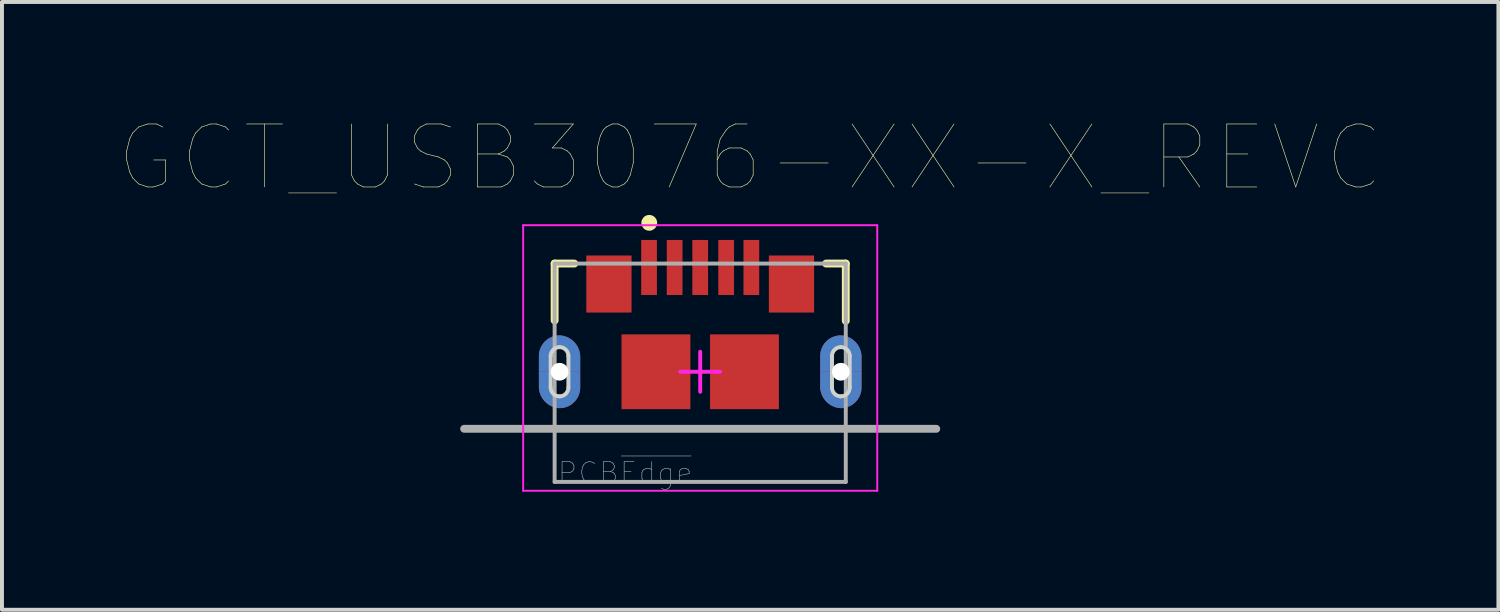
<source format=kicad_pcb>
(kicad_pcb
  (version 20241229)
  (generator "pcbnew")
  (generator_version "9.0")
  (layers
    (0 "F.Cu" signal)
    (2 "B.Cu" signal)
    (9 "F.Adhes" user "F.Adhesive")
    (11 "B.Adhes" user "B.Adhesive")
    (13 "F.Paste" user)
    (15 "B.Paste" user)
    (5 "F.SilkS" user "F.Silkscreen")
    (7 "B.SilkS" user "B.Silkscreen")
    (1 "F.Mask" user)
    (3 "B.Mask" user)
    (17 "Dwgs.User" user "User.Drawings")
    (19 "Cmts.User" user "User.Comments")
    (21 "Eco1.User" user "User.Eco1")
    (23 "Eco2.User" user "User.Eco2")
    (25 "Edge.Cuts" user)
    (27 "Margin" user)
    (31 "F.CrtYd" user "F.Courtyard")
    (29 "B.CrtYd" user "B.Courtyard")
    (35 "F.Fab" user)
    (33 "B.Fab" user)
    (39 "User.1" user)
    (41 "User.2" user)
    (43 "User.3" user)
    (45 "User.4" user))
  (footprint "GCT_USB3076-XX-X_REVC"
    (layer "F.Cu")
    (at 14.747 6.399)
    (property "Reference" "GCT_USB3076-XX-X_REVC" (at 1.27 -5.437 0) (layer "F.SilkS") (effects (font (size 1.6 1.6) (thickness 0.015))))
    (attr through_hole)
    (fp_poly (pts (xy -3.8 0) (xy -3.8 -0.4) (xy -3.8 -0.412) (xy -3.799 -0.424) (xy -3.797 -0.435) (xy -3.795 -0.447) (xy -3.792 -0.458) (xy -3.789 -0.47) (xy -3.785 -0.481) (xy -3.781 -0.492) (xy -3.775 -0.502) (xy -3.77 -0.512) (xy -3.764 -0.523) (xy -3.757 -0.532) (xy -3.75 -0.542) (xy -3.742 -0.551) (xy -3.734 -0.559) (xy -3.726 -0.567) (xy -3.717 -0.575) (xy -3.707 -0.582) (xy -3.698 -0.589) (xy -3.688 -0.595) (xy -3.677 -0.6) (xy -3.667 -0.606) (xy -3.656 -0.61) (xy -3.645 -0.614) (xy -3.633 -0.617) (xy -3.622 -0.62) (xy -3.61 -0.622) (xy -3.599 -0.624) (xy -3.587 -0.625) (xy -3.575 -0.625) (xy -3.563 -0.625) (xy -3.551 -0.624) (xy -3.54 -0.622) (xy -3.528 -0.62) (xy -3.517 -0.617) (xy -3.505 -0.614) (xy -3.494 -0.61) (xy -3.483 -0.606) (xy -3.473 -0.6) (xy -3.462 -0.595) (xy -3.452 -0.589) (xy -3.443 -0.582) (xy -3.433 -0.575) (xy -3.424 -0.567) (xy -3.416 -0.559) (xy -3.408 -0.551) (xy -3.4 -0.542) (xy -3.393 -0.532) (xy -3.386 -0.523) (xy -3.38 -0.512) (xy -3.375 -0.502) (xy -3.369 -0.492) (xy -3.365 -0.481) (xy -3.361 -0.47) (xy -3.358 -0.458) (xy -3.355 -0.447) (xy -3.353 -0.435) (xy -3.351 -0.424) (xy -3.35 -0.412) (xy -3.35 -0.4) (xy -3.35 0) (xy -3.05 0) (xy -3.05 -0.35) (xy -3.049 -0.375) (xy -3.05 -0.404) (xy -3.052 -0.433) (xy -3.056 -0.461) (xy -3.061 -0.489) (xy -3.068 -0.517) (xy -3.076 -0.545) (xy -3.086 -0.572) (xy -3.097 -0.599) (xy -3.109 -0.625) (xy -3.123 -0.65) (xy -3.138 -0.675) (xy -3.155 -0.699) (xy -3.172 -0.721) (xy -3.191 -0.743) (xy -3.211 -0.764) (xy -3.232 -0.784) (xy -3.254 -0.803) (xy -3.276 -0.82) (xy -3.3 -0.837) (xy -3.325 -0.852) (xy -3.35 -0.866) (xy -3.376 -0.878) (xy -3.403 -0.889) (xy -3.43 -0.899) (xy -3.458 -0.907) (xy -3.486 -0.914) (xy -3.514 -0.919) (xy -3.542 -0.923) (xy -3.575 -0.925) (xy -3.602 -0.924) (xy -3.63 -0.922) (xy -3.657 -0.919) (xy -3.684 -0.914) (xy -3.711 -0.907) (xy -3.737 -0.899) (xy -3.763 -0.89) (xy -3.789 -0.88) (xy -3.813 -0.868) (xy -3.837 -0.855) (xy -3.861 -0.84) (xy -3.884 -0.825) (xy -3.905 -0.808) (xy -3.926 -0.79) (xy -3.946 -0.771) (xy -3.965 -0.751) (xy -3.983 -0.73) (xy -4 -0.709) (xy -4.015 -0.686) (xy -4.03 -0.662) (xy -4.043 -0.638) (xy -4.055 -0.614) (xy -4.065 -0.588) (xy -4.074 -0.562) (xy -4.082 -0.536) (xy -4.089 -0.509) (xy -4.094 -0.482) (xy -4.097 -0.455) (xy -4.099 -0.427) (xy -4.1 -0.4) (xy -4.1 0) (xy -3.8 0)) (stroke (width 0.001) (type solid)) (fill yes) (layer "F.Cu"))
    (fp_poly (pts (xy -3.35 0) (xy -3.35 0.4) (xy -3.35 0.412) (xy -3.351 0.424) (xy -3.353 0.435) (xy -3.355 0.447) (xy -3.358 0.458) (xy -3.361 0.47) (xy -3.365 0.481) (xy -3.369 0.492) (xy -3.375 0.502) (xy -3.38 0.512) (xy -3.386 0.523) (xy -3.393 0.532) (xy -3.4 0.542) (xy -3.408 0.551) (xy -3.416 0.559) (xy -3.424 0.567) (xy -3.433 0.575) (xy -3.443 0.582) (xy -3.452 0.589) (xy -3.462 0.595) (xy -3.473 0.6) (xy -3.483 0.606) (xy -3.494 0.61) (xy -3.505 0.614) (xy -3.517 0.617) (xy -3.528 0.62) (xy -3.54 0.622) (xy -3.551 0.624) (xy -3.563 0.625) (xy -3.575 0.625) (xy -3.587 0.625) (xy -3.599 0.624) (xy -3.61 0.622) (xy -3.622 0.62) (xy -3.633 0.617) (xy -3.645 0.614) (xy -3.656 0.61) (xy -3.667 0.606) (xy -3.677 0.6) (xy -3.688 0.595) (xy -3.698 0.589) (xy -3.707 0.582) (xy -3.717 0.575) (xy -3.726 0.567) (xy -3.734 0.559) (xy -3.742 0.551) (xy -3.75 0.542) (xy -3.757 0.532) (xy -3.764 0.523) (xy -3.77 0.512) (xy -3.775 0.502) (xy -3.781 0.492) (xy -3.785 0.481) (xy -3.789 0.47) (xy -3.792 0.458) (xy -3.795 0.447) (xy -3.797 0.435) (xy -3.799 0.424) (xy -3.8 0.412) (xy -3.8 0.4) (xy -3.8 0) (xy -4.1 0) (xy -4.1 0.35) (xy -4.101 0.375) (xy -4.1 0.404) (xy -4.098 0.433) (xy -4.094 0.461) (xy -4.089 0.489) (xy -4.082 0.517) (xy -4.074 0.545) (xy -4.064 0.572) (xy -4.053 0.599) (xy -4.041 0.625) (xy -4.027 0.65) (xy -4.012 0.675) (xy -3.995 0.699) (xy -3.978 0.721) (xy -3.959 0.743) (xy -3.939 0.764) (xy -3.918 0.784) (xy -3.896 0.803) (xy -3.874 0.82) (xy -3.85 0.837) (xy -3.825 0.852) (xy -3.8 0.866) (xy -3.774 0.878) (xy -3.747 0.889) (xy -3.72 0.899) (xy -3.692 0.907) (xy -3.664 0.914) (xy -3.636 0.919) (xy -3.608 0.923) (xy -3.575 0.925) (xy -3.548 0.924) (xy -3.52 0.922) (xy -3.493 0.919) (xy -3.466 0.914) (xy -3.439 0.907) (xy -3.413 0.899) (xy -3.387 0.89) (xy -3.361 0.88) (xy -3.337 0.868) (xy -3.312 0.855) (xy -3.289 0.84) (xy -3.266 0.825) (xy -3.245 0.808) (xy -3.224 0.79) (xy -3.204 0.771) (xy -3.185 0.751) (xy -3.167 0.73) (xy -3.15 0.709) (xy -3.135 0.686) (xy -3.12 0.662) (xy -3.107 0.638) (xy -3.095 0.614) (xy -3.085 0.588) (xy -3.076 0.562) (xy -3.068 0.536) (xy -3.061 0.509) (xy -3.056 0.482) (xy -3.053 0.455) (xy -3.051 0.427) (xy -3.05 0.4) (xy -3.05 0) (xy -3.35 0)) (stroke (width 0.001) (type solid)) (fill yes) (layer "F.Cu"))
    (fp_poly (pts (xy 3.35 0) (xy 3.35 -0.4) (xy 3.35 -0.412) (xy 3.351 -0.424) (xy 3.353 -0.435) (xy 3.355 -0.447) (xy 3.358 -0.458) (xy 3.361 -0.47) (xy 3.365 -0.481) (xy 3.369 -0.492) (xy 3.375 -0.502) (xy 3.38 -0.512) (xy 3.386 -0.523) (xy 3.393 -0.532) (xy 3.4 -0.542) (xy 3.408 -0.551) (xy 3.416 -0.559) (xy 3.424 -0.567) (xy 3.433 -0.575) (xy 3.443 -0.582) (xy 3.452 -0.589) (xy 3.462 -0.595) (xy 3.473 -0.6) (xy 3.483 -0.606) (xy 3.494 -0.61) (xy 3.505 -0.614) (xy 3.517 -0.617) (xy 3.528 -0.62) (xy 3.54 -0.622) (xy 3.551 -0.624) (xy 3.563 -0.625) (xy 3.575 -0.625) (xy 3.587 -0.625) (xy 3.599 -0.624) (xy 3.61 -0.622) (xy 3.622 -0.62) (xy 3.633 -0.617) (xy 3.645 -0.614) (xy 3.656 -0.61) (xy 3.667 -0.606) (xy 3.677 -0.6) (xy 3.688 -0.595) (xy 3.698 -0.589) (xy 3.707 -0.582) (xy 3.717 -0.575) (xy 3.726 -0.567) (xy 3.734 -0.559) (xy 3.742 -0.551) (xy 3.75 -0.542) (xy 3.757 -0.532) (xy 3.764 -0.523) (xy 3.77 -0.512) (xy 3.775 -0.502) (xy 3.781 -0.492) (xy 3.785 -0.481) (xy 3.789 -0.47) (xy 3.792 -0.458) (xy 3.795 -0.447) (xy 3.797 -0.435) (xy 3.799 -0.424) (xy 3.8 -0.412) (xy 3.8 -0.4) (xy 3.8 0) (xy 4.1 0) (xy 4.1 -0.35) (xy 4.101 -0.375) (xy 4.1 -0.404) (xy 4.098 -0.433) (xy 4.094 -0.461) (xy 4.089 -0.489) (xy 4.082 -0.517) (xy 4.074 -0.545) (xy 4.064 -0.572) (xy 4.053 -0.599) (xy 4.041 -0.625) (xy 4.027 -0.65) (xy 4.012 -0.675) (xy 3.995 -0.699) (xy 3.978 -0.721) (xy 3.959 -0.743) (xy 3.939 -0.764) (xy 3.918 -0.784) (xy 3.896 -0.803) (xy 3.874 -0.82) (xy 3.85 -0.837) (xy 3.825 -0.852) (xy 3.8 -0.866) (xy 3.774 -0.878) (xy 3.747 -0.889) (xy 3.72 -0.899) (xy 3.692 -0.907) (xy 3.664 -0.914) (xy 3.636 -0.919) (xy 3.608 -0.923) (xy 3.575 -0.925) (xy 3.548 -0.924) (xy 3.52 -0.922) (xy 3.493 -0.919) (xy 3.466 -0.914) (xy 3.439 -0.907) (xy 3.413 -0.899) (xy 3.387 -0.89) (xy 3.361 -0.88) (xy 3.337 -0.868) (xy 3.312 -0.855) (xy 3.289 -0.84) (xy 3.266 -0.825) (xy 3.245 -0.808) (xy 3.224 -0.79) (xy 3.204 -0.771) (xy 3.185 -0.751) (xy 3.167 -0.73) (xy 3.15 -0.709) (xy 3.135 -0.686) (xy 3.12 -0.662) (xy 3.107 -0.638) (xy 3.095 -0.614) (xy 3.085 -0.588) (xy 3.076 -0.562) (xy 3.068 -0.536) (xy 3.061 -0.509) (xy 3.056 -0.482) (xy 3.053 -0.455) (xy 3.051 -0.427) (xy 3.05 -0.4) (xy 3.05 0) (xy 3.35 0)) (stroke (width 0.001) (type solid)) (fill yes) (layer "F.Cu"))
    (fp_poly (pts (xy 3.8 0) (xy 3.8 0.4) (xy 3.8 0.412) (xy 3.799 0.424) (xy 3.797 0.435) (xy 3.795 0.447) (xy 3.792 0.458) (xy 3.789 0.47) (xy 3.785 0.481) (xy 3.781 0.492) (xy 3.775 0.502) (xy 3.77 0.512) (xy 3.764 0.523) (xy 3.757 0.532) (xy 3.75 0.542) (xy 3.742 0.551) (xy 3.734 0.559) (xy 3.726 0.567) (xy 3.717 0.575) (xy 3.707 0.582) (xy 3.698 0.589) (xy 3.688 0.595) (xy 3.677 0.6) (xy 3.667 0.606) (xy 3.656 0.61) (xy 3.645 0.614) (xy 3.633 0.617) (xy 3.622 0.62) (xy 3.61 0.622) (xy 3.599 0.624) (xy 3.587 0.625) (xy 3.575 0.625) (xy 3.563 0.625) (xy 3.551 0.624) (xy 3.54 0.622) (xy 3.528 0.62) (xy 3.517 0.617) (xy 3.505 0.614) (xy 3.494 0.61) (xy 3.483 0.606) (xy 3.473 0.6) (xy 3.462 0.595) (xy 3.452 0.589) (xy 3.443 0.582) (xy 3.433 0.575) (xy 3.424 0.567) (xy 3.416 0.559) (xy 3.408 0.551) (xy 3.4 0.542) (xy 3.393 0.532) (xy 3.386 0.523) (xy 3.38 0.512) (xy 3.375 0.502) (xy 3.369 0.492) (xy 3.365 0.481) (xy 3.361 0.47) (xy 3.358 0.458) (xy 3.355 0.447) (xy 3.353 0.435) (xy 3.351 0.424) (xy 3.35 0.412) (xy 3.35 0.4) (xy 3.35 0) (xy 3.05 0) (xy 3.05 0.35) (xy 3.049 0.375) (xy 3.05 0.404) (xy 3.052 0.433) (xy 3.056 0.461) (xy 3.061 0.489) (xy 3.068 0.517) (xy 3.076 0.545) (xy 3.086 0.572) (xy 3.097 0.599) (xy 3.109 0.625) (xy 3.123 0.65) (xy 3.138 0.675) (xy 3.155 0.699) (xy 3.172 0.721) (xy 3.191 0.743) (xy 3.211 0.764) (xy 3.232 0.784) (xy 3.254 0.803) (xy 3.276 0.82) (xy 3.3 0.837) (xy 3.325 0.852) (xy 3.35 0.866) (xy 3.376 0.878) (xy 3.403 0.889) (xy 3.43 0.899) (xy 3.458 0.907) (xy 3.486 0.914) (xy 3.514 0.919) (xy 3.542 0.923) (xy 3.575 0.925) (xy 3.602 0.924) (xy 3.63 0.922) (xy 3.657 0.919) (xy 3.684 0.914) (xy 3.711 0.907) (xy 3.737 0.899) (xy 3.763 0.89) (xy 3.789 0.88) (xy 3.813 0.868) (xy 3.837 0.855) (xy 3.861 0.84) (xy 3.884 0.825) (xy 3.905 0.808) (xy 3.926 0.79) (xy 3.946 0.771) (xy 3.965 0.751) (xy 3.983 0.73) (xy 4 0.709) (xy 4.015 0.686) (xy 4.03 0.662) (xy 4.043 0.638) (xy 4.055 0.614) (xy 4.065 0.588) (xy 4.074 0.562) (xy 4.082 0.536) (xy 4.089 0.509) (xy 4.094 0.482) (xy 4.097 0.455) (xy 4.099 0.427) (xy 4.1 0.4) (xy 4.1 0) (xy 3.8 0)) (stroke (width 0.001) (type solid)) (fill yes) (layer "F.Cu"))
    (fp_poly (pts (xy -4.304 -1.15) (xy -2.849 -1.15) (xy -2.849 1.151) (xy -4.304 1.151)) (stroke (width 0.01) (type solid)) (fill yes) (layer "F.Mask"))
    (fp_poly (pts (xy 2.856 -1.15) (xy 4.301 -1.15) (xy 4.301 1.152) (xy 2.856 1.152)) (stroke (width 0.01) (type solid)) (fill yes) (layer "F.Mask"))
    (fp_poly (pts (xy -3.8 0) (xy -3.8 -0.4) (xy -3.8 -0.412) (xy -3.799 -0.424) (xy -3.797 -0.435) (xy -3.795 -0.447) (xy -3.792 -0.458) (xy -3.789 -0.47) (xy -3.785 -0.481) (xy -3.781 -0.492) (xy -3.775 -0.502) (xy -3.77 -0.512) (xy -3.764 -0.523) (xy -3.757 -0.532) (xy -3.75 -0.542) (xy -3.742 -0.551) (xy -3.734 -0.559) (xy -3.726 -0.567) (xy -3.717 -0.575) (xy -3.707 -0.582) (xy -3.698 -0.589) (xy -3.688 -0.595) (xy -3.677 -0.6) (xy -3.667 -0.606) (xy -3.656 -0.61) (xy -3.645 -0.614) (xy -3.633 -0.617) (xy -3.622 -0.62) (xy -3.61 -0.622) (xy -3.599 -0.624) (xy -3.587 -0.625) (xy -3.575 -0.625) (xy -3.563 -0.625) (xy -3.551 -0.624) (xy -3.54 -0.622) (xy -3.528 -0.62) (xy -3.517 -0.617) (xy -3.505 -0.614) (xy -3.494 -0.61) (xy -3.483 -0.606) (xy -3.473 -0.6) (xy -3.462 -0.595) (xy -3.452 -0.589) (xy -3.443 -0.582) (xy -3.433 -0.575) (xy -3.424 -0.567) (xy -3.416 -0.559) (xy -3.408 -0.551) (xy -3.4 -0.542) (xy -3.393 -0.532) (xy -3.386 -0.523) (xy -3.38 -0.512) (xy -3.375 -0.502) (xy -3.369 -0.492) (xy -3.365 -0.481) (xy -3.361 -0.47) (xy -3.358 -0.458) (xy -3.355 -0.447) (xy -3.353 -0.435) (xy -3.351 -0.424) (xy -3.35 -0.412) (xy -3.35 -0.4) (xy -3.35 0) (xy -3.05 0) (xy -3.05 -0.35) (xy -3.049 -0.375) (xy -3.05 -0.404) (xy -3.052 -0.433) (xy -3.056 -0.461) (xy -3.061 -0.489) (xy -3.068 -0.517) (xy -3.076 -0.545) (xy -3.086 -0.572) (xy -3.097 -0.599) (xy -3.109 -0.625) (xy -3.123 -0.65) (xy -3.138 -0.675) (xy -3.155 -0.699) (xy -3.172 -0.721) (xy -3.191 -0.743) (xy -3.211 -0.764) (xy -3.232 -0.784) (xy -3.254 -0.803) (xy -3.276 -0.82) (xy -3.3 -0.837) (xy -3.325 -0.852) (xy -3.35 -0.866) (xy -3.376 -0.878) (xy -3.403 -0.889) (xy -3.43 -0.899) (xy -3.458 -0.907) (xy -3.486 -0.914) (xy -3.514 -0.919) (xy -3.542 -0.923) (xy -3.575 -0.925) (xy -3.602 -0.924) (xy -3.63 -0.922) (xy -3.657 -0.919) (xy -3.684 -0.914) (xy -3.711 -0.907) (xy -3.737 -0.899) (xy -3.763 -0.89) (xy -3.789 -0.88) (xy -3.813 -0.868) (xy -3.837 -0.855) (xy -3.861 -0.84) (xy -3.884 -0.825) (xy -3.905 -0.808) (xy -3.926 -0.79) (xy -3.946 -0.771) (xy -3.965 -0.751) (xy -3.983 -0.73) (xy -4 -0.709) (xy -4.015 -0.686) (xy -4.03 -0.662) (xy -4.043 -0.638) (xy -4.055 -0.614) (xy -4.065 -0.588) (xy -4.074 -0.562) (xy -4.082 -0.536) (xy -4.089 -0.509) (xy -4.094 -0.482) (xy -4.097 -0.455) (xy -4.099 -0.427) (xy -4.1 -0.4) (xy -4.1 0) (xy -3.8 0)) (stroke (width 0.001) (type solid)) (fill yes) (layer "B.Cu"))
    (fp_poly (pts (xy -3.35 0) (xy -3.35 0.4) (xy -3.35 0.412) (xy -3.351 0.424) (xy -3.353 0.435) (xy -3.355 0.447) (xy -3.358 0.458) (xy -3.361 0.47) (xy -3.365 0.481) (xy -3.369 0.492) (xy -3.375 0.502) (xy -3.38 0.512) (xy -3.386 0.523) (xy -3.393 0.532) (xy -3.4 0.542) (xy -3.408 0.551) (xy -3.416 0.559) (xy -3.424 0.567) (xy -3.433 0.575) (xy -3.443 0.582) (xy -3.452 0.589) (xy -3.462 0.595) (xy -3.473 0.6) (xy -3.483 0.606) (xy -3.494 0.61) (xy -3.505 0.614) (xy -3.517 0.617) (xy -3.528 0.62) (xy -3.54 0.622) (xy -3.551 0.624) (xy -3.563 0.625) (xy -3.575 0.625) (xy -3.587 0.625) (xy -3.599 0.624) (xy -3.61 0.622) (xy -3.622 0.62) (xy -3.633 0.617) (xy -3.645 0.614) (xy -3.656 0.61) (xy -3.667 0.606) (xy -3.677 0.6) (xy -3.688 0.595) (xy -3.698 0.589) (xy -3.707 0.582) (xy -3.717 0.575) (xy -3.726 0.567) (xy -3.734 0.559) (xy -3.742 0.551) (xy -3.75 0.542) (xy -3.757 0.532) (xy -3.764 0.523) (xy -3.77 0.512) (xy -3.775 0.502) (xy -3.781 0.492) (xy -3.785 0.481) (xy -3.789 0.47) (xy -3.792 0.458) (xy -3.795 0.447) (xy -3.797 0.435) (xy -3.799 0.424) (xy -3.8 0.412) (xy -3.8 0.4) (xy -3.8 0) (xy -4.1 0) (xy -4.1 0.35) (xy -4.101 0.375) (xy -4.1 0.404) (xy -4.098 0.433) (xy -4.094 0.461) (xy -4.089 0.489) (xy -4.082 0.517) (xy -4.074 0.545) (xy -4.064 0.572) (xy -4.053 0.599) (xy -4.041 0.625) (xy -4.027 0.65) (xy -4.012 0.675) (xy -3.995 0.699) (xy -3.978 0.721) (xy -3.959 0.743) (xy -3.939 0.764) (xy -3.918 0.784) (xy -3.896 0.803) (xy -3.874 0.82) (xy -3.85 0.837) (xy -3.825 0.852) (xy -3.8 0.866) (xy -3.774 0.878) (xy -3.747 0.889) (xy -3.72 0.899) (xy -3.692 0.907) (xy -3.664 0.914) (xy -3.636 0.919) (xy -3.608 0.923) (xy -3.575 0.925) (xy -3.548 0.924) (xy -3.52 0.922) (xy -3.493 0.919) (xy -3.466 0.914) (xy -3.439 0.907) (xy -3.413 0.899) (xy -3.387 0.89) (xy -3.361 0.88) (xy -3.337 0.868) (xy -3.312 0.855) (xy -3.289 0.84) (xy -3.266 0.825) (xy -3.245 0.808) (xy -3.224 0.79) (xy -3.204 0.771) (xy -3.185 0.751) (xy -3.167 0.73) (xy -3.15 0.709) (xy -3.135 0.686) (xy -3.12 0.662) (xy -3.107 0.638) (xy -3.095 0.614) (xy -3.085 0.588) (xy -3.076 0.562) (xy -3.068 0.536) (xy -3.061 0.509) (xy -3.056 0.482) (xy -3.053 0.455) (xy -3.051 0.427) (xy -3.05 0.4) (xy -3.05 0) (xy -3.35 0)) (stroke (width 0.001) (type solid)) (fill yes) (layer "B.Cu"))
    (fp_poly (pts (xy 3.35 0) (xy 3.35 -0.4) (xy 3.35 -0.412) (xy 3.351 -0.424) (xy 3.353 -0.435) (xy 3.355 -0.447) (xy 3.358 -0.458) (xy 3.361 -0.47) (xy 3.365 -0.481) (xy 3.369 -0.492) (xy 3.375 -0.502) (xy 3.38 -0.512) (xy 3.386 -0.523) (xy 3.393 -0.532) (xy 3.4 -0.542) (xy 3.408 -0.551) (xy 3.416 -0.559) (xy 3.424 -0.567) (xy 3.433 -0.575) (xy 3.443 -0.582) (xy 3.452 -0.589) (xy 3.462 -0.595) (xy 3.473 -0.6) (xy 3.483 -0.606) (xy 3.494 -0.61) (xy 3.505 -0.614) (xy 3.517 -0.617) (xy 3.528 -0.62) (xy 3.54 -0.622) (xy 3.551 -0.624) (xy 3.563 -0.625) (xy 3.575 -0.625) (xy 3.587 -0.625) (xy 3.599 -0.624) (xy 3.61 -0.622) (xy 3.622 -0.62) (xy 3.633 -0.617) (xy 3.645 -0.614) (xy 3.656 -0.61) (xy 3.667 -0.606) (xy 3.677 -0.6) (xy 3.688 -0.595) (xy 3.698 -0.589) (xy 3.707 -0.582) (xy 3.717 -0.575) (xy 3.726 -0.567) (xy 3.734 -0.559) (xy 3.742 -0.551) (xy 3.75 -0.542) (xy 3.757 -0.532) (xy 3.764 -0.523) (xy 3.77 -0.512) (xy 3.775 -0.502) (xy 3.781 -0.492) (xy 3.785 -0.481) (xy 3.789 -0.47) (xy 3.792 -0.458) (xy 3.795 -0.447) (xy 3.797 -0.435) (xy 3.799 -0.424) (xy 3.8 -0.412) (xy 3.8 -0.4) (xy 3.8 0) (xy 4.1 0) (xy 4.1 -0.35) (xy 4.101 -0.375) (xy 4.1 -0.404) (xy 4.098 -0.433) (xy 4.094 -0.461) (xy 4.089 -0.489) (xy 4.082 -0.517) (xy 4.074 -0.545) (xy 4.064 -0.572) (xy 4.053 -0.599) (xy 4.041 -0.625) (xy 4.027 -0.65) (xy 4.012 -0.675) (xy 3.995 -0.699) (xy 3.978 -0.721) (xy 3.959 -0.743) (xy 3.939 -0.764) (xy 3.918 -0.784) (xy 3.896 -0.803) (xy 3.874 -0.82) (xy 3.85 -0.837) (xy 3.825 -0.852) (xy 3.8 -0.866) (xy 3.774 -0.878) (xy 3.747 -0.889) (xy 3.72 -0.899) (xy 3.692 -0.907) (xy 3.664 -0.914) (xy 3.636 -0.919) (xy 3.608 -0.923) (xy 3.575 -0.925) (xy 3.548 -0.924) (xy 3.52 -0.922) (xy 3.493 -0.919) (xy 3.466 -0.914) (xy 3.439 -0.907) (xy 3.413 -0.899) (xy 3.387 -0.89) (xy 3.361 -0.88) (xy 3.337 -0.868) (xy 3.312 -0.855) (xy 3.289 -0.84) (xy 3.266 -0.825) (xy 3.245 -0.808) (xy 3.224 -0.79) (xy 3.204 -0.771) (xy 3.185 -0.751) (xy 3.167 -0.73) (xy 3.15 -0.709) (xy 3.135 -0.686) (xy 3.12 -0.662) (xy 3.107 -0.638) (xy 3.095 -0.614) (xy 3.085 -0.588) (xy 3.076 -0.562) (xy 3.068 -0.536) (xy 3.061 -0.509) (xy 3.056 -0.482) (xy 3.053 -0.455) (xy 3.051 -0.427) (xy 3.05 -0.4) (xy 3.05 0) (xy 3.35 0)) (stroke (width 0.001) (type solid)) (fill yes) (layer "B.Cu"))
    (fp_poly (pts (xy 3.8 0) (xy 3.8 0.4) (xy 3.8 0.412) (xy 3.799 0.424) (xy 3.797 0.435) (xy 3.795 0.447) (xy 3.792 0.458) (xy 3.789 0.47) (xy 3.785 0.481) (xy 3.781 0.492) (xy 3.775 0.502) (xy 3.77 0.512) (xy 3.764 0.523) (xy 3.757 0.532) (xy 3.75 0.542) (xy 3.742 0.551) (xy 3.734 0.559) (xy 3.726 0.567) (xy 3.717 0.575) (xy 3.707 0.582) (xy 3.698 0.589) (xy 3.688 0.595) (xy 3.677 0.6) (xy 3.667 0.606) (xy 3.656 0.61) (xy 3.645 0.614) (xy 3.633 0.617) (xy 3.622 0.62) (xy 3.61 0.622) (xy 3.599 0.624) (xy 3.587 0.625) (xy 3.575 0.625) (xy 3.563 0.625) (xy 3.551 0.624) (xy 3.54 0.622) (xy 3.528 0.62) (xy 3.517 0.617) (xy 3.505 0.614) (xy 3.494 0.61) (xy 3.483 0.606) (xy 3.473 0.6) (xy 3.462 0.595) (xy 3.452 0.589) (xy 3.443 0.582) (xy 3.433 0.575) (xy 3.424 0.567) (xy 3.416 0.559) (xy 3.408 0.551) (xy 3.4 0.542) (xy 3.393 0.532) (xy 3.386 0.523) (xy 3.38 0.512) (xy 3.375 0.502) (xy 3.369 0.492) (xy 3.365 0.481) (xy 3.361 0.47) (xy 3.358 0.458) (xy 3.355 0.447) (xy 3.353 0.435) (xy 3.351 0.424) (xy 3.35 0.412) (xy 3.35 0.4) (xy 3.35 0) (xy 3.05 0) (xy 3.05 0.35) (xy 3.049 0.375) (xy 3.05 0.404) (xy 3.052 0.433) (xy 3.056 0.461) (xy 3.061 0.489) (xy 3.068 0.517) (xy 3.076 0.545) (xy 3.086 0.572) (xy 3.097 0.599) (xy 3.109 0.625) (xy 3.123 0.65) (xy 3.138 0.675) (xy 3.155 0.699) (xy 3.172 0.721) (xy 3.191 0.743) (xy 3.211 0.764) (xy 3.232 0.784) (xy 3.254 0.803) (xy 3.276 0.82) (xy 3.3 0.837) (xy 3.325 0.852) (xy 3.35 0.866) (xy 3.376 0.878) (xy 3.403 0.889) (xy 3.43 0.899) (xy 3.458 0.907) (xy 3.486 0.914) (xy 3.514 0.919) (xy 3.542 0.923) (xy 3.575 0.925) (xy 3.602 0.924) (xy 3.63 0.922) (xy 3.657 0.919) (xy 3.684 0.914) (xy 3.711 0.907) (xy 3.737 0.899) (xy 3.763 0.89) (xy 3.789 0.88) (xy 3.813 0.868) (xy 3.837 0.855) (xy 3.861 0.84) (xy 3.884 0.825) (xy 3.905 0.808) (xy 3.926 0.79) (xy 3.946 0.771) (xy 3.965 0.751) (xy 3.983 0.73) (xy 4 0.709) (xy 4.015 0.686) (xy 4.03 0.662) (xy 4.043 0.638) (xy 4.055 0.614) (xy 4.065 0.588) (xy 4.074 0.562) (xy 4.082 0.536) (xy 4.089 0.509) (xy 4.094 0.482) (xy 4.097 0.455) (xy 4.099 0.427) (xy 4.1 0.4) (xy 4.1 0) (xy 3.8 0)) (stroke (width 0.001) (type solid)) (fill yes) (layer "B.Cu"))
    (fp_poly (pts (xy -4.307 -1.15) (xy -2.849 -1.15) (xy -2.849 1.152) (xy -4.307 1.152)) (stroke (width 0.01) (type solid)) (fill yes) (layer "B.Mask"))
    (fp_poly (pts (xy 2.854 -1.15) (xy 4.301 -1.15) (xy 4.301 1.151) (xy 2.854 1.151)) (stroke (width 0.01) (type solid)) (fill yes) (layer "B.Mask"))
    (fp_line (start -3.7 -2.75) (end -3.2 -2.75) (stroke (width 0.2) (type solid)) (layer "F.SilkS"))
    (fp_line (start -3.7 -1.305) (end -3.7 -2.75) (stroke (width 0.2) (type solid)) (layer "F.SilkS"))
    (fp_line (start 3.2 -2.75) (end 3.7 -2.75) (stroke (width 0.2) (type solid)) (layer "F.SilkS"))
    (fp_line (start 3.7 -1.295) (end 3.7 -2.75) (stroke (width 0.2) (type solid)) (layer "F.SilkS"))
    (fp_circle (center -1.295 -3.785) (end -1.194 -3.785) (stroke (width 0.2) (type solid)) (fill no) (layer "F.SilkS"))
    (fp_poly (pts (xy -3.8 0) (xy -3.8 -0.4) (xy -3.8 -0.412) (xy -3.799 -0.424) (xy -3.797 -0.435) (xy -3.795 -0.447) (xy -3.792 -0.458) (xy -3.789 -0.47) (xy -3.785 -0.481) (xy -3.781 -0.492) (xy -3.775 -0.502) (xy -3.77 -0.512) (xy -3.764 -0.523) (xy -3.757 -0.532) (xy -3.75 -0.542) (xy -3.742 -0.551) (xy -3.734 -0.559) (xy -3.726 -0.567) (xy -3.717 -0.575) (xy -3.707 -0.582) (xy -3.698 -0.589) (xy -3.688 -0.595) (xy -3.677 -0.6) (xy -3.667 -0.606) (xy -3.656 -0.61) (xy -3.645 -0.614) (xy -3.633 -0.617) (xy -3.622 -0.62) (xy -3.61 -0.622) (xy -3.599 -0.624) (xy -3.587 -0.625) (xy -3.575 -0.625) (xy -3.563 -0.625) (xy -3.551 -0.624) (xy -3.54 -0.622) (xy -3.528 -0.62) (xy -3.517 -0.617) (xy -3.505 -0.614) (xy -3.494 -0.61) (xy -3.483 -0.606) (xy -3.473 -0.6) (xy -3.462 -0.595) (xy -3.452 -0.589) (xy -3.443 -0.582) (xy -3.433 -0.575) (xy -3.424 -0.567) (xy -3.416 -0.559) (xy -3.408 -0.551) (xy -3.4 -0.542) (xy -3.393 -0.532) (xy -3.386 -0.523) (xy -3.38 -0.512) (xy -3.375 -0.502) (xy -3.369 -0.492) (xy -3.365 -0.481) (xy -3.361 -0.47) (xy -3.358 -0.458) (xy -3.355 -0.447) (xy -3.353 -0.435) (xy -3.351 -0.424) (xy -3.35 -0.412) (xy -3.35 -0.4) (xy -3.35 0) (xy -3.05 0) (xy -3.05 -0.35) (xy -3.049 -0.375) (xy -3.05 -0.404) (xy -3.052 -0.433) (xy -3.056 -0.461) (xy -3.061 -0.489) (xy -3.068 -0.517) (xy -3.076 -0.545) (xy -3.086 -0.572) (xy -3.097 -0.599) (xy -3.109 -0.625) (xy -3.123 -0.65) (xy -3.138 -0.675) (xy -3.155 -0.699) (xy -3.172 -0.721) (xy -3.191 -0.743) (xy -3.211 -0.764) (xy -3.232 -0.784) (xy -3.254 -0.803) (xy -3.276 -0.82) (xy -3.3 -0.837) (xy -3.325 -0.852) (xy -3.35 -0.866) (xy -3.376 -0.878) (xy -3.403 -0.889) (xy -3.43 -0.899) (xy -3.458 -0.907) (xy -3.486 -0.914) (xy -3.514 -0.919) (xy -3.542 -0.923) (xy -3.575 -0.925) (xy -3.602 -0.924) (xy -3.63 -0.922) (xy -3.657 -0.919) (xy -3.684 -0.914) (xy -3.711 -0.907) (xy -3.737 -0.899) (xy -3.763 -0.89) (xy -3.789 -0.88) (xy -3.813 -0.868) (xy -3.837 -0.855) (xy -3.861 -0.84) (xy -3.884 -0.825) (xy -3.905 -0.808) (xy -3.926 -0.79) (xy -3.946 -0.771) (xy -3.965 -0.751) (xy -3.983 -0.73) (xy -4 -0.709) (xy -4.015 -0.686) (xy -4.03 -0.662) (xy -4.043 -0.638) (xy -4.055 -0.614) (xy -4.065 -0.588) (xy -4.074 -0.562) (xy -4.082 -0.536) (xy -4.089 -0.509) (xy -4.094 -0.482) (xy -4.097 -0.455) (xy -4.099 -0.427) (xy -4.1 -0.4) (xy -4.1 0) (xy -3.8 0)) (stroke (width 0.001) (type solid)) (fill yes) (layer "F.Paste"))
    (fp_poly (pts (xy -3.799 0) (xy -3.799 -0.4) (xy -3.799 -0.412) (xy -3.798 -0.424) (xy -3.796 -0.435) (xy -3.794 -0.447) (xy -3.791 -0.458) (xy -3.788 -0.47) (xy -3.784 -0.481) (xy -3.78 -0.492) (xy -3.774 -0.502) (xy -3.769 -0.512) (xy -3.763 -0.523) (xy -3.756 -0.532) (xy -3.749 -0.542) (xy -3.741 -0.551) (xy -3.733 -0.559) (xy -3.725 -0.567) (xy -3.716 -0.575) (xy -3.706 -0.582) (xy -3.697 -0.589) (xy -3.687 -0.595) (xy -3.676 -0.6) (xy -3.666 -0.606) (xy -3.655 -0.61) (xy -3.644 -0.614) (xy -3.632 -0.617) (xy -3.621 -0.62) (xy -3.609 -0.622) (xy -3.598 -0.624) (xy -3.586 -0.625) (xy -3.574 -0.625) (xy -3.562 -0.625) (xy -3.55 -0.624) (xy -3.539 -0.622) (xy -3.527 -0.62) (xy -3.516 -0.617) (xy -3.504 -0.614) (xy -3.493 -0.61) (xy -3.482 -0.606) (xy -3.472 -0.6) (xy -3.462 -0.595) (xy -3.451 -0.589) (xy -3.442 -0.582) (xy -3.432 -0.575) (xy -3.423 -0.567) (xy -3.415 -0.559) (xy -3.407 -0.551) (xy -3.399 -0.542) (xy -3.392 -0.532) (xy -3.385 -0.523) (xy -3.379 -0.512) (xy -3.374 -0.502) (xy -3.368 -0.492) (xy -3.364 -0.481) (xy -3.36 -0.47) (xy -3.357 -0.458) (xy -3.354 -0.447) (xy -3.352 -0.435) (xy -3.35 -0.424) (xy -3.349 -0.412) (xy -3.349 -0.4) (xy -3.349 0) (xy -3.049 0) (xy -3.049 -0.355) (xy -3.049 -0.387) (xy -3.05 -0.416) (xy -3.053 -0.444) (xy -3.057 -0.473) (xy -3.063 -0.501) (xy -3.07 -0.529) (xy -3.078 -0.556) (xy -3.088 -0.583) (xy -3.1 -0.609) (xy -3.113 -0.635) (xy -3.127 -0.66) (xy -3.142 -0.684) (xy -3.159 -0.707) (xy -3.177 -0.73) (xy -3.196 -0.751) (xy -3.216 -0.772) (xy -3.237 -0.791) (xy -3.259 -0.809) (xy -3.282 -0.826) (xy -3.306 -0.842) (xy -3.331 -0.857) (xy -3.356 -0.87) (xy -3.382 -0.882) (xy -3.409 -0.892) (xy -3.436 -0.902) (xy -3.464 -0.909) (xy -3.492 -0.915) (xy -3.52 -0.92) (xy -3.549 -0.923) (xy -3.574 -0.925) (xy -3.601 -0.924) (xy -3.629 -0.922) (xy -3.656 -0.919) (xy -3.683 -0.914) (xy -3.71 -0.907) (xy -3.736 -0.899) (xy -3.762 -0.89) (xy -3.788 -0.88) (xy -3.812 -0.868) (xy -3.837 -0.855) (xy -3.86 -0.84) (xy -3.883 -0.825) (xy -3.904 -0.808) (xy -3.925 -0.79) (xy -3.945 -0.771) (xy -3.964 -0.751) (xy -3.982 -0.73) (xy -3.999 -0.709) (xy -4.014 -0.686) (xy -4.029 -0.662) (xy -4.042 -0.638) (xy -4.054 -0.614) (xy -4.064 -0.588) (xy -4.073 -0.562) (xy -4.081 -0.536) (xy -4.088 -0.509) (xy -4.093 -0.482) (xy -4.096 -0.455) (xy -4.098 -0.427) (xy -4.099 -0.4) (xy -4.099 0) (xy -3.799 0)) (stroke (width 0.001) (type solid)) (fill yes) (layer "F.Paste"))
    (fp_poly (pts (xy -3.35 0) (xy -3.35 0.4) (xy -3.35 0.412) (xy -3.351 0.424) (xy -3.353 0.435) (xy -3.355 0.447) (xy -3.358 0.458) (xy -3.361 0.47) (xy -3.365 0.481) (xy -3.369 0.492) (xy -3.375 0.502) (xy -3.38 0.512) (xy -3.386 0.523) (xy -3.393 0.532) (xy -3.4 0.542) (xy -3.408 0.551) (xy -3.416 0.559) (xy -3.424 0.567) (xy -3.433 0.575) (xy -3.443 0.582) (xy -3.452 0.589) (xy -3.462 0.595) (xy -3.473 0.6) (xy -3.483 0.606) (xy -3.494 0.61) (xy -3.505 0.614) (xy -3.517 0.617) (xy -3.528 0.62) (xy -3.54 0.622) (xy -3.551 0.624) (xy -3.563 0.625) (xy -3.575 0.625) (xy -3.587 0.625) (xy -3.599 0.624) (xy -3.61 0.622) (xy -3.622 0.62) (xy -3.633 0.617) (xy -3.645 0.614) (xy -3.656 0.61) (xy -3.667 0.606) (xy -3.677 0.6) (xy -3.688 0.595) (xy -3.698 0.589) (xy -3.707 0.582) (xy -3.717 0.575) (xy -3.726 0.567) (xy -3.734 0.559) (xy -3.742 0.551) (xy -3.75 0.542) (xy -3.757 0.532) (xy -3.764 0.523) (xy -3.77 0.512) (xy -3.775 0.502) (xy -3.781 0.492) (xy -3.785 0.481) (xy -3.789 0.47) (xy -3.792 0.458) (xy -3.795 0.447) (xy -3.797 0.435) (xy -3.799 0.424) (xy -3.8 0.412) (xy -3.8 0.4) (xy -3.8 0) (xy -4.1 0) (xy -4.1 0.35) (xy -4.101 0.375) (xy -4.1 0.404) (xy -4.098 0.433) (xy -4.094 0.461) (xy -4.089 0.489) (xy -4.082 0.517) (xy -4.074 0.545) (xy -4.064 0.572) (xy -4.053 0.599) (xy -4.041 0.625) (xy -4.027 0.65) (xy -4.012 0.675) (xy -3.995 0.699) (xy -3.978 0.721) (xy -3.959 0.743) (xy -3.939 0.764) (xy -3.918 0.784) (xy -3.896 0.803) (xy -3.874 0.82) (xy -3.85 0.837) (xy -3.825 0.852) (xy -3.8 0.866) (xy -3.774 0.878) (xy -3.747 0.889) (xy -3.72 0.899) (xy -3.692 0.907) (xy -3.664 0.914) (xy -3.636 0.919) (xy -3.608 0.923) (xy -3.575 0.925) (xy -3.548 0.924) (xy -3.52 0.922) (xy -3.493 0.919) (xy -3.466 0.914) (xy -3.439 0.907) (xy -3.413 0.899) (xy -3.387 0.89) (xy -3.361 0.88) (xy -3.337 0.868) (xy -3.312 0.855) (xy -3.289 0.84) (xy -3.266 0.825) (xy -3.245 0.808) (xy -3.224 0.79) (xy -3.204 0.771) (xy -3.185 0.751) (xy -3.167 0.73) (xy -3.15 0.709) (xy -3.135 0.686) (xy -3.12 0.662) (xy -3.107 0.638) (xy -3.095 0.614) (xy -3.085 0.588) (xy -3.076 0.562) (xy -3.068 0.536) (xy -3.061 0.509) (xy -3.056 0.482) (xy -3.053 0.455) (xy -3.051 0.427) (xy -3.05 0.4) (xy -3.05 0) (xy -3.35 0)) (stroke (width 0.001) (type solid)) (fill yes) (layer "F.Paste"))
    (fp_poly (pts (xy -3.349 0) (xy -3.349 0.4) (xy -3.349 0.412) (xy -3.35 0.424) (xy -3.352 0.435) (xy -3.354 0.447) (xy -3.357 0.458) (xy -3.36 0.47) (xy -3.364 0.481) (xy -3.368 0.492) (xy -3.374 0.502) (xy -3.379 0.512) (xy -3.385 0.523) (xy -3.392 0.532) (xy -3.399 0.542) (xy -3.407 0.551) (xy -3.415 0.559) (xy -3.423 0.567) (xy -3.432 0.575) (xy -3.442 0.582) (xy -3.451 0.589) (xy -3.462 0.595) (xy -3.472 0.6) (xy -3.482 0.606) (xy -3.493 0.61) (xy -3.504 0.614) (xy -3.516 0.617) (xy -3.527 0.62) (xy -3.539 0.622) (xy -3.55 0.624) (xy -3.562 0.625) (xy -3.574 0.625) (xy -3.586 0.625) (xy -3.598 0.624) (xy -3.609 0.622) (xy -3.621 0.62) (xy -3.632 0.617) (xy -3.644 0.614) (xy -3.655 0.61) (xy -3.666 0.606) (xy -3.676 0.6) (xy -3.687 0.595) (xy -3.697 0.589) (xy -3.706 0.582) (xy -3.716 0.575) (xy -3.725 0.567) (xy -3.733 0.559) (xy -3.741 0.551) (xy -3.749 0.542) (xy -3.756 0.532) (xy -3.763 0.523) (xy -3.769 0.512) (xy -3.774 0.502) (xy -3.78 0.492) (xy -3.784 0.481) (xy -3.788 0.47) (xy -3.791 0.458) (xy -3.794 0.447) (xy -3.796 0.435) (xy -3.798 0.424) (xy -3.799 0.412) (xy -3.799 0.4) (xy -3.799 0) (xy -4.099 0) (xy -4.099 0.355) (xy -4.099 0.387) (xy -4.098 0.416) (xy -4.095 0.444) (xy -4.091 0.473) (xy -4.085 0.501) (xy -4.078 0.529) (xy -4.07 0.556) (xy -4.06 0.583) (xy -4.048 0.609) (xy -4.035 0.635) (xy -4.021 0.66) (xy -4.006 0.684) (xy -3.989 0.707) (xy -3.971 0.73) (xy -3.952 0.751) (xy -3.932 0.772) (xy -3.911 0.791) (xy -3.889 0.809) (xy -3.866 0.826) (xy -3.842 0.842) (xy -3.817 0.857) (xy -3.792 0.87) (xy -3.766 0.882) (xy -3.739 0.892) (xy -3.712 0.902) (xy -3.684 0.909) (xy -3.656 0.915) (xy -3.628 0.92) (xy -3.599 0.923) (xy -3.574 0.925) (xy -3.547 0.924) (xy -3.519 0.922) (xy -3.492 0.919) (xy -3.465 0.914) (xy -3.438 0.907) (xy -3.412 0.899) (xy -3.386 0.89) (xy -3.36 0.88) (xy -3.336 0.868) (xy -3.312 0.855) (xy -3.288 0.84) (xy -3.265 0.825) (xy -3.244 0.808) (xy -3.223 0.79) (xy -3.203 0.771) (xy -3.184 0.751) (xy -3.166 0.73) (xy -3.149 0.709) (xy -3.134 0.686) (xy -3.119 0.662) (xy -3.106 0.638) (xy -3.094 0.614) (xy -3.084 0.588) (xy -3.075 0.562) (xy -3.067 0.536) (xy -3.06 0.509) (xy -3.055 0.482) (xy -3.052 0.455) (xy -3.05 0.427) (xy -3.049 0.4) (xy -3.049 0) (xy -3.349 0)) (stroke (width 0.001) (type solid)) (fill yes) (layer "F.Paste"))
    (fp_poly (pts (xy 3.35 0) (xy 3.35 -0.4) (xy 3.35 -0.412) (xy 3.351 -0.424) (xy 3.353 -0.435) (xy 3.355 -0.447) (xy 3.358 -0.458) (xy 3.361 -0.47) (xy 3.365 -0.481) (xy 3.369 -0.492) (xy 3.375 -0.502) (xy 3.38 -0.512) (xy 3.386 -0.523) (xy 3.393 -0.532) (xy 3.4 -0.542) (xy 3.408 -0.551) (xy 3.416 -0.559) (xy 3.424 -0.567) (xy 3.433 -0.575) (xy 3.443 -0.582) (xy 3.452 -0.589) (xy 3.462 -0.595) (xy 3.473 -0.6) (xy 3.483 -0.606) (xy 3.494 -0.61) (xy 3.505 -0.614) (xy 3.517 -0.617) (xy 3.528 -0.62) (xy 3.54 -0.622) (xy 3.551 -0.624) (xy 3.563 -0.625) (xy 3.575 -0.625) (xy 3.587 -0.625) (xy 3.599 -0.624) (xy 3.61 -0.622) (xy 3.622 -0.62) (xy 3.633 -0.617) (xy 3.645 -0.614) (xy 3.656 -0.61) (xy 3.667 -0.606) (xy 3.677 -0.6) (xy 3.688 -0.595) (xy 3.698 -0.589) (xy 3.707 -0.582) (xy 3.717 -0.575) (xy 3.726 -0.567) (xy 3.734 -0.559) (xy 3.742 -0.551) (xy 3.75 -0.542) (xy 3.757 -0.532) (xy 3.764 -0.523) (xy 3.77 -0.512) (xy 3.775 -0.502) (xy 3.781 -0.492) (xy 3.785 -0.481) (xy 3.789 -0.47) (xy 3.792 -0.458) (xy 3.795 -0.447) (xy 3.797 -0.435) (xy 3.799 -0.424) (xy 3.8 -0.412) (xy 3.8 -0.4) (xy 3.8 0) (xy 4.1 0) (xy 4.1 -0.35) (xy 4.101 -0.375) (xy 4.1 -0.404) (xy 4.098 -0.433) (xy 4.094 -0.461) (xy 4.089 -0.489) (xy 4.082 -0.517) (xy 4.074 -0.545) (xy 4.064 -0.572) (xy 4.053 -0.599) (xy 4.041 -0.625) (xy 4.027 -0.65) (xy 4.012 -0.675) (xy 3.995 -0.699) (xy 3.978 -0.721) (xy 3.959 -0.743) (xy 3.939 -0.764) (xy 3.918 -0.784) (xy 3.896 -0.803) (xy 3.874 -0.82) (xy 3.85 -0.837) (xy 3.825 -0.852) (xy 3.8 -0.866) (xy 3.774 -0.878) (xy 3.747 -0.889) (xy 3.72 -0.899) (xy 3.692 -0.907) (xy 3.664 -0.914) (xy 3.636 -0.919) (xy 3.608 -0.923) (xy 3.575 -0.925) (xy 3.548 -0.924) (xy 3.52 -0.922) (xy 3.493 -0.919) (xy 3.466 -0.914) (xy 3.439 -0.907) (xy 3.413 -0.899) (xy 3.387 -0.89) (xy 3.361 -0.88) (xy 3.337 -0.868) (xy 3.312 -0.855) (xy 3.289 -0.84) (xy 3.266 -0.825) (xy 3.245 -0.808) (xy 3.224 -0.79) (xy 3.204 -0.771) (xy 3.185 -0.751) (xy 3.167 -0.73) (xy 3.15 -0.709) (xy 3.135 -0.686) (xy 3.12 -0.662) (xy 3.107 -0.638) (xy 3.095 -0.614) (xy 3.085 -0.588) (xy 3.076 -0.562) (xy 3.068 -0.536) (xy 3.061 -0.509) (xy 3.056 -0.482) (xy 3.053 -0.455) (xy 3.051 -0.427) (xy 3.05 -0.4) (xy 3.05 0) (xy 3.35 0)) (stroke (width 0.001) (type solid)) (fill yes) (layer "F.Paste"))
    (fp_poly (pts (xy 3.351 0) (xy 3.351 -0.4) (xy 3.351 -0.412) (xy 3.352 -0.424) (xy 3.354 -0.435) (xy 3.356 -0.447) (xy 3.359 -0.458) (xy 3.362 -0.47) (xy 3.366 -0.481) (xy 3.37 -0.492) (xy 3.376 -0.502) (xy 3.381 -0.512) (xy 3.387 -0.523) (xy 3.394 -0.532) (xy 3.401 -0.542) (xy 3.409 -0.551) (xy 3.417 -0.559) (xy 3.425 -0.567) (xy 3.434 -0.575) (xy 3.444 -0.582) (xy 3.453 -0.589) (xy 3.463 -0.595) (xy 3.474 -0.6) (xy 3.484 -0.606) (xy 3.495 -0.61) (xy 3.506 -0.614) (xy 3.518 -0.617) (xy 3.529 -0.62) (xy 3.541 -0.622) (xy 3.552 -0.624) (xy 3.564 -0.625) (xy 3.576 -0.625) (xy 3.588 -0.625) (xy 3.6 -0.624) (xy 3.611 -0.622) (xy 3.623 -0.62) (xy 3.634 -0.617) (xy 3.646 -0.614) (xy 3.657 -0.61) (xy 3.668 -0.606) (xy 3.678 -0.6) (xy 3.688 -0.595) (xy 3.699 -0.589) (xy 3.708 -0.582) (xy 3.718 -0.575) (xy 3.727 -0.567) (xy 3.735 -0.559) (xy 3.743 -0.551) (xy 3.751 -0.542) (xy 3.758 -0.532) (xy 3.765 -0.523) (xy 3.771 -0.512) (xy 3.776 -0.502) (xy 3.782 -0.492) (xy 3.786 -0.481) (xy 3.79 -0.47) (xy 3.793 -0.458) (xy 3.796 -0.447) (xy 3.798 -0.435) (xy 3.8 -0.424) (xy 3.801 -0.412) (xy 3.801 -0.4) (xy 3.801 0) (xy 4.101 0) (xy 4.101 -0.355) (xy 4.101 -0.387) (xy 4.1 -0.416) (xy 4.097 -0.444) (xy 4.093 -0.473) (xy 4.087 -0.501) (xy 4.08 -0.529) (xy 4.072 -0.556) (xy 4.062 -0.583) (xy 4.05 -0.609) (xy 4.037 -0.635) (xy 4.023 -0.66) (xy 4.008 -0.684) (xy 3.991 -0.707) (xy 3.973 -0.73) (xy 3.954 -0.751) (xy 3.934 -0.772) (xy 3.913 -0.791) (xy 3.891 -0.809) (xy 3.868 -0.826) (xy 3.844 -0.842) (xy 3.819 -0.857) (xy 3.794 -0.87) (xy 3.768 -0.882) (xy 3.741 -0.892) (xy 3.714 -0.902) (xy 3.686 -0.909) (xy 3.658 -0.915) (xy 3.63 -0.92) (xy 3.601 -0.923) (xy 3.576 -0.925) (xy 3.549 -0.924) (xy 3.521 -0.922) (xy 3.494 -0.919) (xy 3.467 -0.914) (xy 3.44 -0.907) (xy 3.414 -0.899) (xy 3.388 -0.89) (xy 3.362 -0.88) (xy 3.338 -0.868) (xy 3.313 -0.855) (xy 3.29 -0.84) (xy 3.267 -0.825) (xy 3.246 -0.808) (xy 3.225 -0.79) (xy 3.205 -0.771) (xy 3.186 -0.751) (xy 3.168 -0.73) (xy 3.151 -0.709) (xy 3.136 -0.686) (xy 3.121 -0.662) (xy 3.108 -0.638) (xy 3.096 -0.614) (xy 3.086 -0.588) (xy 3.077 -0.562) (xy 3.069 -0.536) (xy 3.062 -0.509) (xy 3.057 -0.482) (xy 3.054 -0.455) (xy 3.052 -0.427) (xy 3.051 -0.4) (xy 3.051 0) (xy 3.351 0)) (stroke (width 0.001) (type solid)) (fill yes) (layer "F.Paste"))
    (fp_poly (pts (xy 3.8 0) (xy 3.8 0.4) (xy 3.8 0.412) (xy 3.799 0.424) (xy 3.797 0.435) (xy 3.795 0.447) (xy 3.792 0.458) (xy 3.789 0.47) (xy 3.785 0.481) (xy 3.781 0.492) (xy 3.775 0.502) (xy 3.77 0.512) (xy 3.764 0.523) (xy 3.757 0.532) (xy 3.75 0.542) (xy 3.742 0.551) (xy 3.734 0.559) (xy 3.726 0.567) (xy 3.717 0.575) (xy 3.707 0.582) (xy 3.698 0.589) (xy 3.688 0.595) (xy 3.677 0.6) (xy 3.667 0.606) (xy 3.656 0.61) (xy 3.645 0.614) (xy 3.633 0.617) (xy 3.622 0.62) (xy 3.61 0.622) (xy 3.599 0.624) (xy 3.587 0.625) (xy 3.575 0.625) (xy 3.563 0.625) (xy 3.551 0.624) (xy 3.54 0.622) (xy 3.528 0.62) (xy 3.517 0.617) (xy 3.505 0.614) (xy 3.494 0.61) (xy 3.483 0.606) (xy 3.473 0.6) (xy 3.462 0.595) (xy 3.452 0.589) (xy 3.443 0.582) (xy 3.433 0.575) (xy 3.424 0.567) (xy 3.416 0.559) (xy 3.408 0.551) (xy 3.4 0.542) (xy 3.393 0.532) (xy 3.386 0.523) (xy 3.38 0.512) (xy 3.375 0.502) (xy 3.369 0.492) (xy 3.365 0.481) (xy 3.361 0.47) (xy 3.358 0.458) (xy 3.355 0.447) (xy 3.353 0.435) (xy 3.351 0.424) (xy 3.35 0.412) (xy 3.35 0.4) (xy 3.35 0) (xy 3.05 0) (xy 3.05 0.35) (xy 3.049 0.375) (xy 3.05 0.404) (xy 3.052 0.433) (xy 3.056 0.461) (xy 3.061 0.489) (xy 3.068 0.517) (xy 3.076 0.545) (xy 3.086 0.572) (xy 3.097 0.599) (xy 3.109 0.625) (xy 3.123 0.65) (xy 3.138 0.675) (xy 3.155 0.699) (xy 3.172 0.721) (xy 3.191 0.743) (xy 3.211 0.764) (xy 3.232 0.784) (xy 3.254 0.803) (xy 3.276 0.82) (xy 3.3 0.837) (xy 3.325 0.852) (xy 3.35 0.866) (xy 3.376 0.878) (xy 3.403 0.889) (xy 3.43 0.899) (xy 3.458 0.907) (xy 3.486 0.914) (xy 3.514 0.919) (xy 3.542 0.923) (xy 3.575 0.925) (xy 3.602 0.924) (xy 3.63 0.922) (xy 3.657 0.919) (xy 3.684 0.914) (xy 3.711 0.907) (xy 3.737 0.899) (xy 3.763 0.89) (xy 3.789 0.88) (xy 3.813 0.868) (xy 3.837 0.855) (xy 3.861 0.84) (xy 3.884 0.825) (xy 3.905 0.808) (xy 3.926 0.79) (xy 3.946 0.771) (xy 3.965 0.751) (xy 3.983 0.73) (xy 4 0.709) (xy 4.015 0.686) (xy 4.03 0.662) (xy 4.043 0.638) (xy 4.055 0.614) (xy 4.065 0.588) (xy 4.074 0.562) (xy 4.082 0.536) (xy 4.089 0.509) (xy 4.094 0.482) (xy 4.097 0.455) (xy 4.099 0.427) (xy 4.1 0.4) (xy 4.1 0) (xy 3.8 0)) (stroke (width 0.001) (type solid)) (fill yes) (layer "F.Paste"))
    (fp_poly (pts (xy 3.801 0) (xy 3.801 0.4) (xy 3.801 0.412) (xy 3.8 0.424) (xy 3.798 0.435) (xy 3.796 0.447) (xy 3.793 0.458) (xy 3.79 0.47) (xy 3.786 0.481) (xy 3.782 0.492) (xy 3.776 0.502) (xy 3.771 0.512) (xy 3.765 0.523) (xy 3.758 0.532) (xy 3.751 0.542) (xy 3.743 0.551) (xy 3.735 0.559) (xy 3.727 0.567) (xy 3.718 0.575) (xy 3.708 0.582) (xy 3.699 0.589) (xy 3.688 0.595) (xy 3.678 0.6) (xy 3.668 0.606) (xy 3.657 0.61) (xy 3.646 0.614) (xy 3.634 0.617) (xy 3.623 0.62) (xy 3.611 0.622) (xy 3.6 0.624) (xy 3.588 0.625) (xy 3.576 0.625) (xy 3.564 0.625) (xy 3.552 0.624) (xy 3.541 0.622) (xy 3.529 0.62) (xy 3.518 0.617) (xy 3.506 0.614) (xy 3.495 0.61) (xy 3.484 0.606) (xy 3.474 0.6) (xy 3.463 0.595) (xy 3.453 0.589) (xy 3.444 0.582) (xy 3.434 0.575) (xy 3.425 0.567) (xy 3.417 0.559) (xy 3.409 0.551) (xy 3.401 0.542) (xy 3.394 0.532) (xy 3.387 0.523) (xy 3.381 0.512) (xy 3.376 0.502) (xy 3.37 0.492) (xy 3.366 0.481) (xy 3.362 0.47) (xy 3.359 0.458) (xy 3.356 0.447) (xy 3.354 0.435) (xy 3.352 0.424) (xy 3.351 0.412) (xy 3.351 0.4) (xy 3.351 0) (xy 3.051 0) (xy 3.051 0.355) (xy 3.051 0.387) (xy 3.052 0.416) (xy 3.055 0.444) (xy 3.059 0.473) (xy 3.065 0.501) (xy 3.072 0.529) (xy 3.08 0.556) (xy 3.09 0.583) (xy 3.102 0.609) (xy 3.115 0.635) (xy 3.129 0.66) (xy 3.144 0.684) (xy 3.161 0.707) (xy 3.179 0.73) (xy 3.198 0.751) (xy 3.218 0.772) (xy 3.239 0.791) (xy 3.261 0.809) (xy 3.284 0.826) (xy 3.308 0.842) (xy 3.333 0.857) (xy 3.358 0.87) (xy 3.384 0.882) (xy 3.411 0.892) (xy 3.438 0.902) (xy 3.466 0.909) (xy 3.494 0.915) (xy 3.522 0.92) (xy 3.551 0.923) (xy 3.576 0.925) (xy 3.603 0.924) (xy 3.631 0.922) (xy 3.658 0.919) (xy 3.685 0.914) (xy 3.712 0.907) (xy 3.738 0.899) (xy 3.764 0.89) (xy 3.79 0.88) (xy 3.814 0.868) (xy 3.838 0.855) (xy 3.862 0.84) (xy 3.885 0.825) (xy 3.906 0.808) (xy 3.927 0.79) (xy 3.947 0.771) (xy 3.966 0.751) (xy 3.984 0.73) (xy 4.001 0.709) (xy 4.016 0.686) (xy 4.031 0.662) (xy 4.044 0.638) (xy 4.056 0.614) (xy 4.066 0.588) (xy 4.075 0.562) (xy 4.083 0.536) (xy 4.09 0.509) (xy 4.095 0.482) (xy 4.098 0.455) (xy 4.1 0.427) (xy 4.101 0.4) (xy 4.101 0) (xy 3.801 0)) (stroke (width 0.001) (type solid)) (fill yes) (layer "F.Paste"))
    (fp_poly (pts (xy -3.8 0) (xy -3.8 -0.4) (xy -3.8 -0.412) (xy -3.799 -0.424) (xy -3.797 -0.435) (xy -3.795 -0.447) (xy -3.792 -0.458) (xy -3.789 -0.47) (xy -3.785 -0.481) (xy -3.781 -0.492) (xy -3.775 -0.502) (xy -3.77 -0.512) (xy -3.764 -0.523) (xy -3.757 -0.532) (xy -3.75 -0.542) (xy -3.742 -0.551) (xy -3.734 -0.559) (xy -3.726 -0.567) (xy -3.717 -0.575) (xy -3.707 -0.582) (xy -3.698 -0.589) (xy -3.688 -0.595) (xy -3.677 -0.6) (xy -3.667 -0.606) (xy -3.656 -0.61) (xy -3.645 -0.614) (xy -3.633 -0.617) (xy -3.622 -0.62) (xy -3.61 -0.622) (xy -3.599 -0.624) (xy -3.587 -0.625) (xy -3.575 -0.625) (xy -3.563 -0.625) (xy -3.551 -0.624) (xy -3.54 -0.622) (xy -3.528 -0.62) (xy -3.517 -0.617) (xy -3.505 -0.614) (xy -3.494 -0.61) (xy -3.483 -0.606) (xy -3.473 -0.6) (xy -3.462 -0.595) (xy -3.452 -0.589) (xy -3.443 -0.582) (xy -3.433 -0.575) (xy -3.424 -0.567) (xy -3.416 -0.559) (xy -3.408 -0.551) (xy -3.4 -0.542) (xy -3.393 -0.532) (xy -3.386 -0.523) (xy -3.38 -0.512) (xy -3.375 -0.502) (xy -3.369 -0.492) (xy -3.365 -0.481) (xy -3.361 -0.47) (xy -3.358 -0.458) (xy -3.355 -0.447) (xy -3.353 -0.435) (xy -3.351 -0.424) (xy -3.35 -0.412) (xy -3.35 -0.4) (xy -3.35 0) (xy -3.05 0) (xy -3.05 -0.35) (xy -3.049 -0.375) (xy -3.05 -0.404) (xy -3.052 -0.433) (xy -3.056 -0.461) (xy -3.061 -0.489) (xy -3.068 -0.517) (xy -3.076 -0.545) (xy -3.086 -0.572) (xy -3.097 -0.599) (xy -3.109 -0.625) (xy -3.123 -0.65) (xy -3.138 -0.675) (xy -3.155 -0.699) (xy -3.172 -0.721) (xy -3.191 -0.743) (xy -3.211 -0.764) (xy -3.232 -0.784) (xy -3.254 -0.803) (xy -3.276 -0.82) (xy -3.3 -0.837) (xy -3.325 -0.852) (xy -3.35 -0.866) (xy -3.376 -0.878) (xy -3.403 -0.889) (xy -3.43 -0.899) (xy -3.458 -0.907) (xy -3.486 -0.914) (xy -3.514 -0.919) (xy -3.542 -0.923) (xy -3.575 -0.925) (xy -3.602 -0.924) (xy -3.63 -0.922) (xy -3.657 -0.919) (xy -3.684 -0.914) (xy -3.711 -0.907) (xy -3.737 -0.899) (xy -3.763 -0.89) (xy -3.789 -0.88) (xy -3.813 -0.868) (xy -3.837 -0.855) (xy -3.861 -0.84) (xy -3.884 -0.825) (xy -3.905 -0.808) (xy -3.926 -0.79) (xy -3.946 -0.771) (xy -3.965 -0.751) (xy -3.983 -0.73) (xy -4 -0.709) (xy -4.015 -0.686) (xy -4.03 -0.662) (xy -4.043 -0.638) (xy -4.055 -0.614) (xy -4.065 -0.588) (xy -4.074 -0.562) (xy -4.082 -0.536) (xy -4.089 -0.509) (xy -4.094 -0.482) (xy -4.097 -0.455) (xy -4.099 -0.427) (xy -4.1 -0.4) (xy -4.1 0) (xy -3.8 0)) (stroke (width 0.001) (type solid)) (fill yes) (layer "B.Paste"))
    (fp_poly (pts (xy -3.799 0) (xy -3.799 -0.4) (xy -3.799 -0.412) (xy -3.798 -0.424) (xy -3.796 -0.435) (xy -3.794 -0.447) (xy -3.791 -0.458) (xy -3.788 -0.47) (xy -3.784 -0.481) (xy -3.78 -0.492) (xy -3.774 -0.502) (xy -3.769 -0.512) (xy -3.763 -0.523) (xy -3.756 -0.532) (xy -3.749 -0.542) (xy -3.741 -0.551) (xy -3.733 -0.559) (xy -3.725 -0.567) (xy -3.716 -0.575) (xy -3.706 -0.582) (xy -3.697 -0.589) (xy -3.687 -0.595) (xy -3.676 -0.6) (xy -3.666 -0.606) (xy -3.655 -0.61) (xy -3.644 -0.614) (xy -3.632 -0.617) (xy -3.621 -0.62) (xy -3.609 -0.622) (xy -3.598 -0.624) (xy -3.586 -0.625) (xy -3.574 -0.625) (xy -3.562 -0.625) (xy -3.55 -0.624) (xy -3.539 -0.622) (xy -3.527 -0.62) (xy -3.516 -0.617) (xy -3.504 -0.614) (xy -3.493 -0.61) (xy -3.482 -0.606) (xy -3.472 -0.6) (xy -3.462 -0.595) (xy -3.451 -0.589) (xy -3.442 -0.582) (xy -3.432 -0.575) (xy -3.423 -0.567) (xy -3.415 -0.559) (xy -3.407 -0.551) (xy -3.399 -0.542) (xy -3.392 -0.532) (xy -3.385 -0.523) (xy -3.379 -0.512) (xy -3.374 -0.502) (xy -3.368 -0.492) (xy -3.364 -0.481) (xy -3.36 -0.47) (xy -3.357 -0.458) (xy -3.354 -0.447) (xy -3.352 -0.435) (xy -3.35 -0.424) (xy -3.349 -0.412) (xy -3.349 -0.4) (xy -3.349 0) (xy -3.049 0) (xy -3.049 -0.355) (xy -3.049 -0.387) (xy -3.05 -0.416) (xy -3.053 -0.444) (xy -3.057 -0.473) (xy -3.063 -0.501) (xy -3.07 -0.529) (xy -3.078 -0.556) (xy -3.088 -0.583) (xy -3.1 -0.609) (xy -3.113 -0.635) (xy -3.127 -0.66) (xy -3.142 -0.684) (xy -3.159 -0.707) (xy -3.177 -0.73) (xy -3.196 -0.751) (xy -3.216 -0.772) (xy -3.237 -0.791) (xy -3.259 -0.809) (xy -3.282 -0.826) (xy -3.306 -0.842) (xy -3.331 -0.857) (xy -3.356 -0.87) (xy -3.382 -0.882) (xy -3.409 -0.892) (xy -3.436 -0.902) (xy -3.464 -0.909) (xy -3.492 -0.915) (xy -3.52 -0.92) (xy -3.549 -0.923) (xy -3.574 -0.925) (xy -3.601 -0.924) (xy -3.629 -0.922) (xy -3.656 -0.919) (xy -3.683 -0.914) (xy -3.71 -0.907) (xy -3.736 -0.899) (xy -3.762 -0.89) (xy -3.788 -0.88) (xy -3.812 -0.868) (xy -3.837 -0.855) (xy -3.86 -0.84) (xy -3.883 -0.825) (xy -3.904 -0.808) (xy -3.925 -0.79) (xy -3.945 -0.771) (xy -3.964 -0.751) (xy -3.982 -0.73) (xy -3.999 -0.709) (xy -4.014 -0.686) (xy -4.029 -0.662) (xy -4.042 -0.638) (xy -4.054 -0.614) (xy -4.064 -0.588) (xy -4.073 -0.562) (xy -4.081 -0.536) (xy -4.088 -0.509) (xy -4.093 -0.482) (xy -4.096 -0.455) (xy -4.098 -0.427) (xy -4.099 -0.4) (xy -4.099 0) (xy -3.799 0)) (stroke (width 0.001) (type solid)) (fill yes) (layer "B.Paste"))
    (fp_poly (pts (xy -3.35 0) (xy -3.35 0.4) (xy -3.35 0.412) (xy -3.351 0.424) (xy -3.353 0.435) (xy -3.355 0.447) (xy -3.358 0.458) (xy -3.361 0.47) (xy -3.365 0.481) (xy -3.369 0.492) (xy -3.375 0.502) (xy -3.38 0.512) (xy -3.386 0.523) (xy -3.393 0.532) (xy -3.4 0.542) (xy -3.408 0.551) (xy -3.416 0.559) (xy -3.424 0.567) (xy -3.433 0.575) (xy -3.443 0.582) (xy -3.452 0.589) (xy -3.462 0.595) (xy -3.473 0.6) (xy -3.483 0.606) (xy -3.494 0.61) (xy -3.505 0.614) (xy -3.517 0.617) (xy -3.528 0.62) (xy -3.54 0.622) (xy -3.551 0.624) (xy -3.563 0.625) (xy -3.575 0.625) (xy -3.587 0.625) (xy -3.599 0.624) (xy -3.61 0.622) (xy -3.622 0.62) (xy -3.633 0.617) (xy -3.645 0.614) (xy -3.656 0.61) (xy -3.667 0.606) (xy -3.677 0.6) (xy -3.688 0.595) (xy -3.698 0.589) (xy -3.707 0.582) (xy -3.717 0.575) (xy -3.726 0.567) (xy -3.734 0.559) (xy -3.742 0.551) (xy -3.75 0.542) (xy -3.757 0.532) (xy -3.764 0.523) (xy -3.77 0.512) (xy -3.775 0.502) (xy -3.781 0.492) (xy -3.785 0.481) (xy -3.789 0.47) (xy -3.792 0.458) (xy -3.795 0.447) (xy -3.797 0.435) (xy -3.799 0.424) (xy -3.8 0.412) (xy -3.8 0.4) (xy -3.8 0) (xy -4.1 0) (xy -4.1 0.35) (xy -4.101 0.375) (xy -4.1 0.404) (xy -4.098 0.433) (xy -4.094 0.461) (xy -4.089 0.489) (xy -4.082 0.517) (xy -4.074 0.545) (xy -4.064 0.572) (xy -4.053 0.599) (xy -4.041 0.625) (xy -4.027 0.65) (xy -4.012 0.675) (xy -3.995 0.699) (xy -3.978 0.721) (xy -3.959 0.743) (xy -3.939 0.764) (xy -3.918 0.784) (xy -3.896 0.803) (xy -3.874 0.82) (xy -3.85 0.837) (xy -3.825 0.852) (xy -3.8 0.866) (xy -3.774 0.878) (xy -3.747 0.889) (xy -3.72 0.899) (xy -3.692 0.907) (xy -3.664 0.914) (xy -3.636 0.919) (xy -3.608 0.923) (xy -3.575 0.925) (xy -3.548 0.924) (xy -3.52 0.922) (xy -3.493 0.919) (xy -3.466 0.914) (xy -3.439 0.907) (xy -3.413 0.899) (xy -3.387 0.89) (xy -3.361 0.88) (xy -3.337 0.868) (xy -3.312 0.855) (xy -3.289 0.84) (xy -3.266 0.825) (xy -3.245 0.808) (xy -3.224 0.79) (xy -3.204 0.771) (xy -3.185 0.751) (xy -3.167 0.73) (xy -3.15 0.709) (xy -3.135 0.686) (xy -3.12 0.662) (xy -3.107 0.638) (xy -3.095 0.614) (xy -3.085 0.588) (xy -3.076 0.562) (xy -3.068 0.536) (xy -3.061 0.509) (xy -3.056 0.482) (xy -3.053 0.455) (xy -3.051 0.427) (xy -3.05 0.4) (xy -3.05 0) (xy -3.35 0)) (stroke (width 0.001) (type solid)) (fill yes) (layer "B.Paste"))
    (fp_poly (pts (xy -3.349 0) (xy -3.349 0.4) (xy -3.349 0.412) (xy -3.35 0.424) (xy -3.352 0.435) (xy -3.354 0.447) (xy -3.357 0.458) (xy -3.36 0.47) (xy -3.364 0.481) (xy -3.368 0.492) (xy -3.374 0.502) (xy -3.379 0.512) (xy -3.385 0.523) (xy -3.392 0.532) (xy -3.399 0.542) (xy -3.407 0.551) (xy -3.415 0.559) (xy -3.423 0.567) (xy -3.432 0.575) (xy -3.442 0.582) (xy -3.451 0.589) (xy -3.462 0.595) (xy -3.472 0.6) (xy -3.482 0.606) (xy -3.493 0.61) (xy -3.504 0.614) (xy -3.516 0.617) (xy -3.527 0.62) (xy -3.539 0.622) (xy -3.55 0.624) (xy -3.562 0.625) (xy -3.574 0.625) (xy -3.586 0.625) (xy -3.598 0.624) (xy -3.609 0.622) (xy -3.621 0.62) (xy -3.632 0.617) (xy -3.644 0.614) (xy -3.655 0.61) (xy -3.666 0.606) (xy -3.676 0.6) (xy -3.687 0.595) (xy -3.697 0.589) (xy -3.706 0.582) (xy -3.716 0.575) (xy -3.725 0.567) (xy -3.733 0.559) (xy -3.741 0.551) (xy -3.749 0.542) (xy -3.756 0.532) (xy -3.763 0.523) (xy -3.769 0.512) (xy -3.774 0.502) (xy -3.78 0.492) (xy -3.784 0.481) (xy -3.788 0.47) (xy -3.791 0.458) (xy -3.794 0.447) (xy -3.796 0.435) (xy -3.798 0.424) (xy -3.799 0.412) (xy -3.799 0.4) (xy -3.799 0) (xy -4.099 0) (xy -4.099 0.355) (xy -4.099 0.387) (xy -4.098 0.416) (xy -4.095 0.444) (xy -4.091 0.473) (xy -4.085 0.501) (xy -4.078 0.529) (xy -4.07 0.556) (xy -4.06 0.583) (xy -4.048 0.609) (xy -4.035 0.635) (xy -4.021 0.66) (xy -4.006 0.684) (xy -3.989 0.707) (xy -3.971 0.73) (xy -3.952 0.751) (xy -3.932 0.772) (xy -3.911 0.791) (xy -3.889 0.809) (xy -3.866 0.826) (xy -3.842 0.842) (xy -3.817 0.857) (xy -3.792 0.87) (xy -3.766 0.882) (xy -3.739 0.892) (xy -3.712 0.902) (xy -3.684 0.909) (xy -3.656 0.915) (xy -3.628 0.92) (xy -3.599 0.923) (xy -3.574 0.925) (xy -3.547 0.924) (xy -3.519 0.922) (xy -3.492 0.919) (xy -3.465 0.914) (xy -3.438 0.907) (xy -3.412 0.899) (xy -3.386 0.89) (xy -3.36 0.88) (xy -3.336 0.868) (xy -3.312 0.855) (xy -3.288 0.84) (xy -3.265 0.825) (xy -3.244 0.808) (xy -3.223 0.79) (xy -3.203 0.771) (xy -3.184 0.751) (xy -3.166 0.73) (xy -3.149 0.709) (xy -3.134 0.686) (xy -3.119 0.662) (xy -3.106 0.638) (xy -3.094 0.614) (xy -3.084 0.588) (xy -3.075 0.562) (xy -3.067 0.536) (xy -3.06 0.509) (xy -3.055 0.482) (xy -3.052 0.455) (xy -3.05 0.427) (xy -3.049 0.4) (xy -3.049 0) (xy -3.349 0)) (stroke (width 0.001) (type solid)) (fill yes) (layer "B.Paste"))
    (fp_poly (pts (xy 3.35 0) (xy 3.35 -0.4) (xy 3.35 -0.412) (xy 3.351 -0.424) (xy 3.353 -0.435) (xy 3.355 -0.447) (xy 3.358 -0.458) (xy 3.361 -0.47) (xy 3.365 -0.481) (xy 3.369 -0.492) (xy 3.375 -0.502) (xy 3.38 -0.512) (xy 3.386 -0.523) (xy 3.393 -0.532) (xy 3.4 -0.542) (xy 3.408 -0.551) (xy 3.416 -0.559) (xy 3.424 -0.567) (xy 3.433 -0.575) (xy 3.443 -0.582) (xy 3.452 -0.589) (xy 3.462 -0.595) (xy 3.473 -0.6) (xy 3.483 -0.606) (xy 3.494 -0.61) (xy 3.505 -0.614) (xy 3.517 -0.617) (xy 3.528 -0.62) (xy 3.54 -0.622) (xy 3.551 -0.624) (xy 3.563 -0.625) (xy 3.575 -0.625) (xy 3.587 -0.625) (xy 3.599 -0.624) (xy 3.61 -0.622) (xy 3.622 -0.62) (xy 3.633 -0.617) (xy 3.645 -0.614) (xy 3.656 -0.61) (xy 3.667 -0.606) (xy 3.677 -0.6) (xy 3.688 -0.595) (xy 3.698 -0.589) (xy 3.707 -0.582) (xy 3.717 -0.575) (xy 3.726 -0.567) (xy 3.734 -0.559) (xy 3.742 -0.551) (xy 3.75 -0.542) (xy 3.757 -0.532) (xy 3.764 -0.523) (xy 3.77 -0.512) (xy 3.775 -0.502) (xy 3.781 -0.492) (xy 3.785 -0.481) (xy 3.789 -0.47) (xy 3.792 -0.458) (xy 3.795 -0.447) (xy 3.797 -0.435) (xy 3.799 -0.424) (xy 3.8 -0.412) (xy 3.8 -0.4) (xy 3.8 0) (xy 4.1 0) (xy 4.1 -0.35) (xy 4.101 -0.375) (xy 4.1 -0.404) (xy 4.098 -0.433) (xy 4.094 -0.461) (xy 4.089 -0.489) (xy 4.082 -0.517) (xy 4.074 -0.545) (xy 4.064 -0.572) (xy 4.053 -0.599) (xy 4.041 -0.625) (xy 4.027 -0.65) (xy 4.012 -0.675) (xy 3.995 -0.699) (xy 3.978 -0.721) (xy 3.959 -0.743) (xy 3.939 -0.764) (xy 3.918 -0.784) (xy 3.896 -0.803) (xy 3.874 -0.82) (xy 3.85 -0.837) (xy 3.825 -0.852) (xy 3.8 -0.866) (xy 3.774 -0.878) (xy 3.747 -0.889) (xy 3.72 -0.899) (xy 3.692 -0.907) (xy 3.664 -0.914) (xy 3.636 -0.919) (xy 3.608 -0.923) (xy 3.575 -0.925) (xy 3.548 -0.924) (xy 3.52 -0.922) (xy 3.493 -0.919) (xy 3.466 -0.914) (xy 3.439 -0.907) (xy 3.413 -0.899) (xy 3.387 -0.89) (xy 3.361 -0.88) (xy 3.337 -0.868) (xy 3.312 -0.855) (xy 3.289 -0.84) (xy 3.266 -0.825) (xy 3.245 -0.808) (xy 3.224 -0.79) (xy 3.204 -0.771) (xy 3.185 -0.751) (xy 3.167 -0.73) (xy 3.15 -0.709) (xy 3.135 -0.686) (xy 3.12 -0.662) (xy 3.107 -0.638) (xy 3.095 -0.614) (xy 3.085 -0.588) (xy 3.076 -0.562) (xy 3.068 -0.536) (xy 3.061 -0.509) (xy 3.056 -0.482) (xy 3.053 -0.455) (xy 3.051 -0.427) (xy 3.05 -0.4) (xy 3.05 0) (xy 3.35 0)) (stroke (width 0.001) (type solid)) (fill yes) (layer "B.Paste"))
    (fp_poly (pts (xy 3.351 0) (xy 3.351 -0.4) (xy 3.351 -0.412) (xy 3.352 -0.424) (xy 3.354 -0.435) (xy 3.356 -0.447) (xy 3.359 -0.458) (xy 3.362 -0.47) (xy 3.366 -0.481) (xy 3.37 -0.492) (xy 3.376 -0.502) (xy 3.381 -0.512) (xy 3.387 -0.523) (xy 3.394 -0.532) (xy 3.401 -0.542) (xy 3.409 -0.551) (xy 3.417 -0.559) (xy 3.425 -0.567) (xy 3.434 -0.575) (xy 3.444 -0.582) (xy 3.453 -0.589) (xy 3.463 -0.595) (xy 3.474 -0.6) (xy 3.484 -0.606) (xy 3.495 -0.61) (xy 3.506 -0.614) (xy 3.518 -0.617) (xy 3.529 -0.62) (xy 3.541 -0.622) (xy 3.552 -0.624) (xy 3.564 -0.625) (xy 3.576 -0.625) (xy 3.588 -0.625) (xy 3.6 -0.624) (xy 3.611 -0.622) (xy 3.623 -0.62) (xy 3.634 -0.617) (xy 3.646 -0.614) (xy 3.657 -0.61) (xy 3.668 -0.606) (xy 3.678 -0.6) (xy 3.688 -0.595) (xy 3.699 -0.589) (xy 3.708 -0.582) (xy 3.718 -0.575) (xy 3.727 -0.567) (xy 3.735 -0.559) (xy 3.743 -0.551) (xy 3.751 -0.542) (xy 3.758 -0.532) (xy 3.765 -0.523) (xy 3.771 -0.512) (xy 3.776 -0.502) (xy 3.782 -0.492) (xy 3.786 -0.481) (xy 3.79 -0.47) (xy 3.793 -0.458) (xy 3.796 -0.447) (xy 3.798 -0.435) (xy 3.8 -0.424) (xy 3.801 -0.412) (xy 3.801 -0.4) (xy 3.801 0) (xy 4.101 0) (xy 4.101 -0.355) (xy 4.101 -0.387) (xy 4.1 -0.416) (xy 4.097 -0.444) (xy 4.093 -0.473) (xy 4.087 -0.501) (xy 4.08 -0.529) (xy 4.072 -0.556) (xy 4.062 -0.583) (xy 4.05 -0.609) (xy 4.037 -0.635) (xy 4.023 -0.66) (xy 4.008 -0.684) (xy 3.991 -0.707) (xy 3.973 -0.73) (xy 3.954 -0.751) (xy 3.934 -0.772) (xy 3.913 -0.791) (xy 3.891 -0.809) (xy 3.868 -0.826) (xy 3.844 -0.842) (xy 3.819 -0.857) (xy 3.794 -0.87) (xy 3.768 -0.882) (xy 3.741 -0.892) (xy 3.714 -0.902) (xy 3.686 -0.909) (xy 3.658 -0.915) (xy 3.63 -0.92) (xy 3.601 -0.923) (xy 3.576 -0.925) (xy 3.549 -0.924) (xy 3.521 -0.922) (xy 3.494 -0.919) (xy 3.467 -0.914) (xy 3.44 -0.907) (xy 3.414 -0.899) (xy 3.388 -0.89) (xy 3.362 -0.88) (xy 3.338 -0.868) (xy 3.313 -0.855) (xy 3.29 -0.84) (xy 3.267 -0.825) (xy 3.246 -0.808) (xy 3.225 -0.79) (xy 3.205 -0.771) (xy 3.186 -0.751) (xy 3.168 -0.73) (xy 3.151 -0.709) (xy 3.136 -0.686) (xy 3.121 -0.662) (xy 3.108 -0.638) (xy 3.096 -0.614) (xy 3.086 -0.588) (xy 3.077 -0.562) (xy 3.069 -0.536) (xy 3.062 -0.509) (xy 3.057 -0.482) (xy 3.054 -0.455) (xy 3.052 -0.427) (xy 3.051 -0.4) (xy 3.051 0) (xy 3.351 0)) (stroke (width 0.001) (type solid)) (fill yes) (layer "B.Paste"))
    (fp_poly (pts (xy 3.8 0) (xy 3.8 0.4) (xy 3.8 0.412) (xy 3.799 0.424) (xy 3.797 0.435) (xy 3.795 0.447) (xy 3.792 0.458) (xy 3.789 0.47) (xy 3.785 0.481) (xy 3.781 0.492) (xy 3.775 0.502) (xy 3.77 0.512) (xy 3.764 0.523) (xy 3.757 0.532) (xy 3.75 0.542) (xy 3.742 0.551) (xy 3.734 0.559) (xy 3.726 0.567) (xy 3.717 0.575) (xy 3.707 0.582) (xy 3.698 0.589) (xy 3.688 0.595) (xy 3.677 0.6) (xy 3.667 0.606) (xy 3.656 0.61) (xy 3.645 0.614) (xy 3.633 0.617) (xy 3.622 0.62) (xy 3.61 0.622) (xy 3.599 0.624) (xy 3.587 0.625) (xy 3.575 0.625) (xy 3.563 0.625) (xy 3.551 0.624) (xy 3.54 0.622) (xy 3.528 0.62) (xy 3.517 0.617) (xy 3.505 0.614) (xy 3.494 0.61) (xy 3.483 0.606) (xy 3.473 0.6) (xy 3.462 0.595) (xy 3.452 0.589) (xy 3.443 0.582) (xy 3.433 0.575) (xy 3.424 0.567) (xy 3.416 0.559) (xy 3.408 0.551) (xy 3.4 0.542) (xy 3.393 0.532) (xy 3.386 0.523) (xy 3.38 0.512) (xy 3.375 0.502) (xy 3.369 0.492) (xy 3.365 0.481) (xy 3.361 0.47) (xy 3.358 0.458) (xy 3.355 0.447) (xy 3.353 0.435) (xy 3.351 0.424) (xy 3.35 0.412) (xy 3.35 0.4) (xy 3.35 0) (xy 3.05 0) (xy 3.05 0.35) (xy 3.049 0.375) (xy 3.05 0.404) (xy 3.052 0.433) (xy 3.056 0.461) (xy 3.061 0.489) (xy 3.068 0.517) (xy 3.076 0.545) (xy 3.086 0.572) (xy 3.097 0.599) (xy 3.109 0.625) (xy 3.123 0.65) (xy 3.138 0.675) (xy 3.155 0.699) (xy 3.172 0.721) (xy 3.191 0.743) (xy 3.211 0.764) (xy 3.232 0.784) (xy 3.254 0.803) (xy 3.276 0.82) (xy 3.3 0.837) (xy 3.325 0.852) (xy 3.35 0.866) (xy 3.376 0.878) (xy 3.403 0.889) (xy 3.43 0.899) (xy 3.458 0.907) (xy 3.486 0.914) (xy 3.514 0.919) (xy 3.542 0.923) (xy 3.575 0.925) (xy 3.602 0.924) (xy 3.63 0.922) (xy 3.657 0.919) (xy 3.684 0.914) (xy 3.711 0.907) (xy 3.737 0.899) (xy 3.763 0.89) (xy 3.789 0.88) (xy 3.813 0.868) (xy 3.837 0.855) (xy 3.861 0.84) (xy 3.884 0.825) (xy 3.905 0.808) (xy 3.926 0.79) (xy 3.946 0.771) (xy 3.965 0.751) (xy 3.983 0.73) (xy 4 0.709) (xy 4.015 0.686) (xy 4.03 0.662) (xy 4.043 0.638) (xy 4.055 0.614) (xy 4.065 0.588) (xy 4.074 0.562) (xy 4.082 0.536) (xy 4.089 0.509) (xy 4.094 0.482) (xy 4.097 0.455) (xy 4.099 0.427) (xy 4.1 0.4) (xy 4.1 0) (xy 3.8 0)) (stroke (width 0.001) (type solid)) (fill yes) (layer "B.Paste"))
    (fp_poly (pts (xy 3.801 0) (xy 3.801 0.4) (xy 3.801 0.412) (xy 3.8 0.424) (xy 3.798 0.435) (xy 3.796 0.447) (xy 3.793 0.458) (xy 3.79 0.47) (xy 3.786 0.481) (xy 3.782 0.492) (xy 3.776 0.502) (xy 3.771 0.512) (xy 3.765 0.523) (xy 3.758 0.532) (xy 3.751 0.542) (xy 3.743 0.551) (xy 3.735 0.559) (xy 3.727 0.567) (xy 3.718 0.575) (xy 3.708 0.582) (xy 3.699 0.589) (xy 3.688 0.595) (xy 3.678 0.6) (xy 3.668 0.606) (xy 3.657 0.61) (xy 3.646 0.614) (xy 3.634 0.617) (xy 3.623 0.62) (xy 3.611 0.622) (xy 3.6 0.624) (xy 3.588 0.625) (xy 3.576 0.625) (xy 3.564 0.625) (xy 3.552 0.624) (xy 3.541 0.622) (xy 3.529 0.62) (xy 3.518 0.617) (xy 3.506 0.614) (xy 3.495 0.61) (xy 3.484 0.606) (xy 3.474 0.6) (xy 3.463 0.595) (xy 3.453 0.589) (xy 3.444 0.582) (xy 3.434 0.575) (xy 3.425 0.567) (xy 3.417 0.559) (xy 3.409 0.551) (xy 3.401 0.542) (xy 3.394 0.532) (xy 3.387 0.523) (xy 3.381 0.512) (xy 3.376 0.502) (xy 3.37 0.492) (xy 3.366 0.481) (xy 3.362 0.47) (xy 3.359 0.458) (xy 3.356 0.447) (xy 3.354 0.435) (xy 3.352 0.424) (xy 3.351 0.412) (xy 3.351 0.4) (xy 3.351 0) (xy 3.051 0) (xy 3.051 0.355) (xy 3.051 0.387) (xy 3.052 0.416) (xy 3.055 0.444) (xy 3.059 0.473) (xy 3.065 0.501) (xy 3.072 0.529) (xy 3.08 0.556) (xy 3.09 0.583) (xy 3.102 0.609) (xy 3.115 0.635) (xy 3.129 0.66) (xy 3.144 0.684) (xy 3.161 0.707) (xy 3.179 0.73) (xy 3.198 0.751) (xy 3.218 0.772) (xy 3.239 0.791) (xy 3.261 0.809) (xy 3.284 0.826) (xy 3.308 0.842) (xy 3.333 0.857) (xy 3.358 0.87) (xy 3.384 0.882) (xy 3.411 0.892) (xy 3.438 0.902) (xy 3.466 0.909) (xy 3.494 0.915) (xy 3.522 0.92) (xy 3.551 0.923) (xy 3.576 0.925) (xy 3.603 0.924) (xy 3.631 0.922) (xy 3.658 0.919) (xy 3.685 0.914) (xy 3.712 0.907) (xy 3.738 0.899) (xy 3.764 0.89) (xy 3.79 0.88) (xy 3.814 0.868) (xy 3.838 0.855) (xy 3.862 0.84) (xy 3.885 0.825) (xy 3.906 0.808) (xy 3.927 0.79) (xy 3.947 0.771) (xy 3.966 0.751) (xy 3.984 0.73) (xy 4.001 0.709) (xy 4.016 0.686) (xy 4.031 0.662) (xy 4.044 0.638) (xy 4.056 0.614) (xy 4.066 0.588) (xy 4.075 0.562) (xy 4.083 0.536) (xy 4.09 0.509) (xy 4.095 0.482) (xy 4.098 0.455) (xy 4.1 0.427) (xy 4.101 0.4) (xy 4.101 0) (xy 3.801 0)) (stroke (width 0.001) (type solid)) (fill yes) (layer "B.Paste"))
    (fp_line (start -3.8 0.4) (end -3.8 -0.401) (stroke (width 0.1) (type solid)) (layer "Edge.Cuts"))
    (fp_line (start -3.35 -0.402) (end -3.35 0.4) (stroke (width 0.1) (type solid)) (layer "Edge.Cuts"))
    (fp_line (start 3.35 0.4) (end 3.35 -0.401) (stroke (width 0.1) (type solid)) (layer "Edge.Cuts"))
    (fp_line (start 3.8 -0.402) (end 3.8 0.4) (stroke (width 0.1) (type solid)) (layer "Edge.Cuts"))
    (fp_arc (start -3.8 -0.401) (mid -3.734099 -0.560099) (end -3.575 -0.626) (stroke (width 0.1) (type solid)) (layer "Edge.Cuts"))
    (fp_arc (start -3.575 -0.626) (mid -3.416108 -0.560599) (end -3.35 -0.402) (stroke (width 0.1) (type solid)) (layer "Edge.Cuts"))
    (fp_arc (start -3.575 0.625) (mid -3.734099 0.559099) (end -3.8 0.4) (stroke (width 0.1) (type solid)) (layer "Edge.Cuts"))
    (fp_arc (start -3.35 0.4) (mid -3.415901 0.559099) (end -3.575 0.625) (stroke (width 0.1) (type solid)) (layer "Edge.Cuts"))
    (fp_arc (start 3.35 -0.401) (mid 3.415901 -0.560099) (end 3.575 -0.626) (stroke (width 0.1) (type solid)) (layer "Edge.Cuts"))
    (fp_arc (start 3.575 -0.626) (mid 3.733892 -0.560599) (end 3.8 -0.402) (stroke (width 0.1) (type solid)) (layer "Edge.Cuts"))
    (fp_arc (start 3.575 0.625) (mid 3.415901 0.559099) (end 3.35 0.4) (stroke (width 0.1) (type solid)) (layer "Edge.Cuts"))
    (fp_arc (start 3.8 0.4) (mid 3.734099 0.559099) (end 3.575 0.625) (stroke (width 0.1) (type solid)) (layer "Edge.Cuts"))
    (fp_line (start -4.5 -3.725) (end 4.5 -3.725) (stroke (width 0.05) (type solid)) (layer "F.CrtYd"))
    (fp_line (start -4.5 3.025) (end -4.5 -3.725) (stroke (width 0.05) (type solid)) (layer "F.CrtYd"))
    (fp_line (start -4.5 3.025) (end 4.5 3.025) (stroke (width 0.05) (type solid)) (layer "F.CrtYd"))
    (fp_line (start -0.508 0) (end 0.508 0) (stroke (width 0.1) (type solid)) (layer "F.CrtYd"))
    (fp_line (start 0 0.508) (end 0 -0.508) (stroke (width 0.1) (type solid)) (layer "F.CrtYd"))
    (fp_line (start 4.5 3.025) (end 4.5 -3.725) (stroke (width 0.05) (type solid)) (layer "F.CrtYd"))
    (fp_line (start -6 1.45) (end 6 1.45) (stroke (width 0.2) (type solid)) (layer "F.Fab"))
    (fp_line (start -3.7 -2.75) (end 3.7 -2.75) (stroke (width 0.1) (type solid)) (layer "F.Fab"))
    (fp_line (start -3.7 2.8) (end -3.7 -2.75) (stroke (width 0.1) (type solid)) (layer "F.Fab"))
    (fp_line (start -3.7 2.8) (end 3.7 2.8) (stroke (width 0.1) (type solid)) (layer "F.Fab"))
    (fp_line (start 3.7 2.8) (end 3.7 -2.75) (stroke (width 0.1) (type solid)) (layer "F.Fab"))
    (fp_text user "PCB~{Edge}" (at -1.908 2.57 0) (layer "F.Fab") (effects (font (size 0.526 0.526) (thickness 0.015))))
    (pad "" np_thru_hole circle (at -3.575 0) (size 0.45 0.45) (drill 0.45) (layers "*.Cu" "*.Mask"))
    (pad "" np_thru_hole circle (at 3.575 0) (size 0.45 0.45) (drill 0.45) (layers "*.Cu" "*.Mask"))
    (pad "1" smd rect (at -1.3 -2.65) (size 0.4 1.4) (layers "F.Cu" "F.Mask" "F.Paste"))
    (pad "2" smd rect (at -0.65 -2.65) (size 0.4 1.4) (layers "F.Cu" "F.Mask" "F.Paste"))
    (pad "3" smd rect (at 0 -2.65) (size 0.4 1.4) (layers "F.Cu" "F.Mask" "F.Paste"))
    (pad "4" smd rect (at 0.66 -2.65) (size 0.4 1.4) (layers "F.Cu" "F.Mask" "F.Paste"))
    (pad "5" smd rect (at 1.3 -2.65) (size 0.4 1.4) (layers "F.Cu" "F.Mask" "F.Paste"))
    (pad "6" smd rect (at -3.549 -0.73) (size 0.1 0.1) (layers "F.Cu"))
    (pad "7" smd rect (at 3.601 -0.73) (size 0.1 0.1) (layers "F.Cu"))
    (pad "8" smd rect (at -2.32 -2.23) (size 1.15 1.45) (layers "F.Cu" "F.Mask" "F.Paste"))
    (pad "9" smd rect (at 2.32 -2.23) (size 1.15 1.45) (layers "F.Cu" "F.Mask" "F.Paste"))
    (pad "10" smd rect (at -1.125 0) (size 1.75 1.9) (layers "F.Cu" "F.Mask" "F.Paste"))
    (pad "11" smd rect (at 1.125 0) (size 1.75 1.9) (layers "F.Cu" "F.Mask" "F.Paste")))
  (gr_rect
    (start -3 -3)
    (end 35.035 12.449)
    (stroke (width 0.1) (type default))
    (fill no)
    (layer "Edge.Cuts")))
</source>
